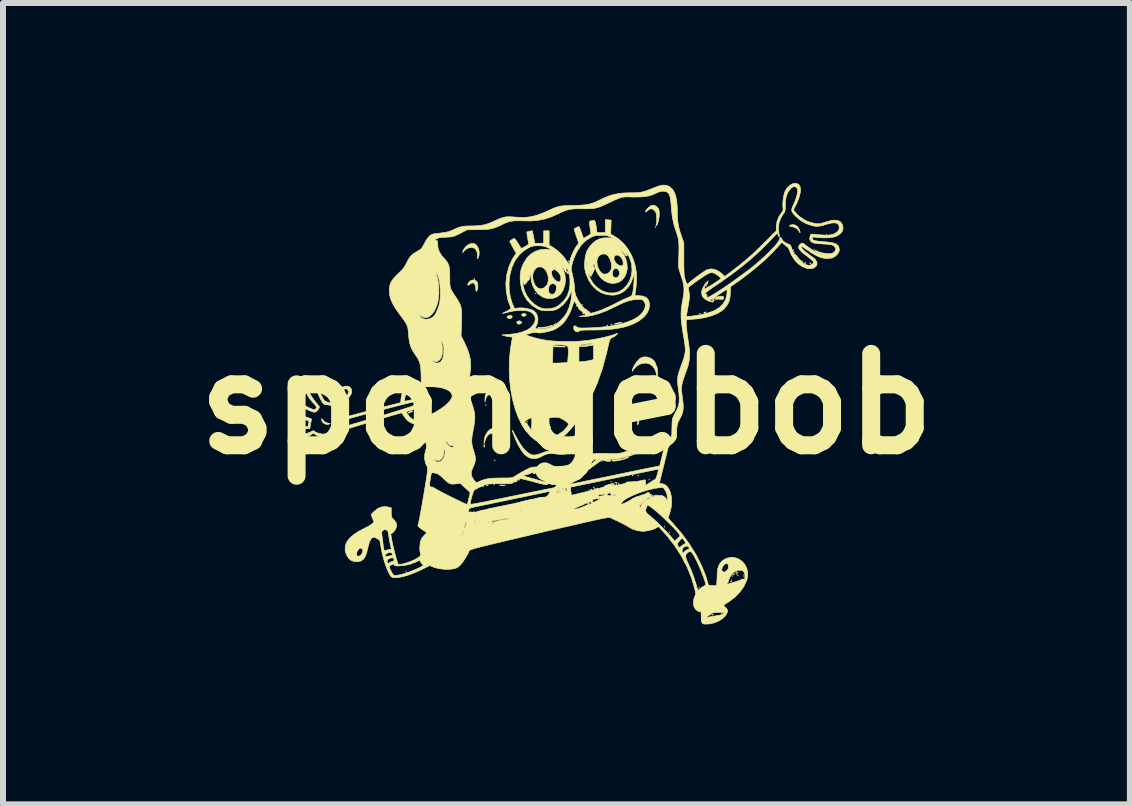
<source format=kicad_pcb>
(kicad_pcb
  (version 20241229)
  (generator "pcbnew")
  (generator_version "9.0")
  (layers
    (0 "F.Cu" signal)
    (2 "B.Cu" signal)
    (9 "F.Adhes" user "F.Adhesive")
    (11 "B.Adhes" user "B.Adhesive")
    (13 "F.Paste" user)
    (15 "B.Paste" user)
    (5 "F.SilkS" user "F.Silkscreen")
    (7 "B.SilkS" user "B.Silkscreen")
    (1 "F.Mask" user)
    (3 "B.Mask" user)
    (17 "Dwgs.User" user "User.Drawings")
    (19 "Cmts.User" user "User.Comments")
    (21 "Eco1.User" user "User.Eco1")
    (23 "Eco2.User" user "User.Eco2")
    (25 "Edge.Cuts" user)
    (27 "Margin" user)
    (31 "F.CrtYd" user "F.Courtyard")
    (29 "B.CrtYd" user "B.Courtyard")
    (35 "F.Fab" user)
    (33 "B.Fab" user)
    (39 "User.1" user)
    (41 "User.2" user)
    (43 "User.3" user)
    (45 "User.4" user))
  (footprint "spongebob"
    (layer "F.Cu")
    (at 6.394 3.684)
    (property "Reference" "spongebob" (at 0 0 0) (layer "F.SilkS") (effects (font (size 1.524 1.524) (thickness 0.3))))
    (attr through_hole)
    (fp_poly (pts (xy -2.667 2.8) (xy -2.673 2.806) (xy -2.679 2.8) (xy -2.673 2.794) (xy -2.667 2.8)) (stroke (width 0.01) (type solid)) (fill yes) (layer "F.SilkS"))
    (fp_poly (pts (xy -2.552 -0.11) (xy -2.557 -0.104) (xy -2.563 -0.11) (xy -2.557 -0.115) (xy -2.552 -0.11)) (stroke (width 0.01) (type solid)) (fill yes) (layer "F.SilkS"))
    (fp_poly (pts (xy -1.339 0.017) (xy -1.345 0.023) (xy -1.351 0.017) (xy -1.345 0.012) (xy -1.339 0.017)) (stroke (width 0.01) (type solid)) (fill yes) (layer "F.SilkS"))
    (fp_poly (pts (xy -1.201 1.345) (xy -1.206 1.351) (xy -1.212 1.345) (xy -1.206 1.339) (xy -1.201 1.345)) (stroke (width 0.01) (type solid)) (fill yes) (layer "F.SilkS"))
    (fp_poly (pts (xy -1.189 0.017) (xy -1.195 0.023) (xy -1.201 0.017) (xy -1.195 0.012) (xy -1.189 0.017)) (stroke (width 0.01) (type solid)) (fill yes) (layer "F.SilkS"))
    (fp_poly (pts (xy -1.189 0.941) (xy -1.195 0.947) (xy -1.201 0.941) (xy -1.195 0.935) (xy -1.189 0.941)) (stroke (width 0.01) (type solid)) (fill yes) (layer "F.SilkS"))
    (fp_poly (pts (xy -0.647 0.294) (xy -0.652 0.3) (xy -0.658 0.294) (xy -0.652 0.289) (xy -0.647 0.294)) (stroke (width 0.01) (type solid)) (fill yes) (layer "F.SilkS"))
    (fp_poly (pts (xy -0.508 -1.841) (xy -0.514 -1.836) (xy -0.52 -1.841) (xy -0.514 -1.847) (xy -0.508 -1.841)) (stroke (width 0.01) (type solid)) (fill yes) (layer "F.SilkS"))
    (fp_poly (pts (xy -0.173 -1.345) (xy -0.179 -1.339) (xy -0.185 -1.345) (xy -0.179 -1.351) (xy -0.173 -1.345)) (stroke (width 0.01) (type solid)) (fill yes) (layer "F.SilkS"))
    (fp_poly (pts (xy 0.381 1.437) (xy 0.375 1.443) (xy 0.369 1.437) (xy 0.375 1.432) (xy 0.381 1.437)) (stroke (width 0.01) (type solid)) (fill yes) (layer "F.SilkS"))
    (fp_poly (pts (xy 0.462 1.391) (xy 0.456 1.397) (xy 0.45 1.391) (xy 0.456 1.385) (xy 0.462 1.391)) (stroke (width 0.01) (type solid)) (fill yes) (layer "F.SilkS"))
    (fp_poly (pts (xy 0.6 0.953) (xy 0.595 0.958) (xy 0.589 0.953) (xy 0.595 0.947) (xy 0.6 0.953)) (stroke (width 0.01) (type solid)) (fill yes) (layer "F.SilkS"))
    (fp_poly (pts (xy 0.75 1.299) (xy 0.745 1.305) (xy 0.739 1.299) (xy 0.745 1.293) (xy 0.75 1.299)) (stroke (width 0.01) (type solid)) (fill yes) (layer "F.SilkS"))
    (fp_poly (pts (xy 0.82 1.31) (xy 0.814 1.316) (xy 0.808 1.31) (xy 0.814 1.305) (xy 0.82 1.31)) (stroke (width 0.01) (type solid)) (fill yes) (layer "F.SilkS"))
    (fp_poly (pts (xy 0.843 1.31) (xy 0.837 1.316) (xy 0.831 1.31) (xy 0.837 1.305) (xy 0.843 1.31)) (stroke (width 0.01) (type solid)) (fill yes) (layer "F.SilkS"))
    (fp_poly (pts (xy 0.877 1.322) (xy 0.872 1.328) (xy 0.866 1.322) (xy 0.872 1.316) (xy 0.877 1.322)) (stroke (width 0.01) (type solid)) (fill yes) (layer "F.SilkS"))
    (fp_poly (pts (xy 1.108 1.195) (xy 1.103 1.201) (xy 1.097 1.195) (xy 1.103 1.189) (xy 1.108 1.195)) (stroke (width 0.01) (type solid)) (fill yes) (layer "F.SilkS"))
    (fp_poly (pts (xy 1.201 1.195) (xy 1.195 1.201) (xy 1.189 1.195) (xy 1.195 1.189) (xy 1.201 1.195)) (stroke (width 0.01) (type solid)) (fill yes) (layer "F.SilkS"))
    (fp_poly (pts (xy 1.385 1.264) (xy 1.38 1.27) (xy 1.374 1.264) (xy 1.38 1.258) (xy 1.385 1.264)) (stroke (width 0.01) (type solid)) (fill yes) (layer "F.SilkS"))
    (fp_poly (pts (xy 1.489 -2.95) (xy 1.484 -2.944) (xy 1.478 -2.95) (xy 1.484 -2.956) (xy 1.489 -2.95)) (stroke (width 0.01) (type solid)) (fill yes) (layer "F.SilkS"))
    (fp_poly (pts (xy 1.501 -0.352) (xy 1.495 -0.346) (xy 1.489 -0.352) (xy 1.495 -0.358) (xy 1.501 -0.352)) (stroke (width 0.01) (type solid)) (fill yes) (layer "F.SilkS"))
    (fp_poly (pts (xy 1.639 2.049) (xy 1.634 2.055) (xy 1.628 2.049) (xy 1.634 2.044) (xy 1.639 2.049)) (stroke (width 0.01) (type solid)) (fill yes) (layer "F.SilkS"))
    (fp_poly (pts (xy 1.72 2.142) (xy 1.714 2.147) (xy 1.709 2.142) (xy 1.714 2.136) (xy 1.72 2.142)) (stroke (width 0.01) (type solid)) (fill yes) (layer "F.SilkS"))
    (fp_poly (pts (xy 2.217 3.065) (xy 2.211 3.071) (xy 2.205 3.065) (xy 2.211 3.06) (xy 2.217 3.065)) (stroke (width 0.01) (type solid)) (fill yes) (layer "F.SilkS"))
    (fp_poly (pts (xy 2.228 -1.507) (xy 2.223 -1.501) (xy 2.217 -1.507) (xy 2.223 -1.512) (xy 2.228 -1.507)) (stroke (width 0.01) (type solid)) (fill yes) (layer "F.SilkS"))
    (fp_poly (pts (xy 2.344 -1.968) (xy 2.338 -1.963) (xy 2.332 -1.968) (xy 2.338 -1.974) (xy 2.344 -1.968)) (stroke (width 0.01) (type solid)) (fill yes) (layer "F.SilkS"))
    (fp_poly (pts (xy 2.598 3.493) (xy 2.592 3.498) (xy 2.586 3.493) (xy 2.592 3.487) (xy 2.598 3.493)) (stroke (width 0.01) (type solid)) (fill yes) (layer "F.SilkS"))
    (fp_poly (pts (xy 2.748 2.961) (xy 2.742 2.967) (xy 2.736 2.961) (xy 2.742 2.956) (xy 2.748 2.961)) (stroke (width 0.01) (type solid)) (fill yes) (layer "F.SilkS"))
    (fp_poly (pts (xy 2.759 2.938) (xy 2.754 2.944) (xy 2.748 2.938) (xy 2.754 2.933) (xy 2.759 2.938)) (stroke (width 0.01) (type solid)) (fill yes) (layer "F.SilkS"))
    (fp_poly (pts (xy 2.771 2.869) (xy 2.765 2.875) (xy 2.759 2.869) (xy 2.765 2.863) (xy 2.771 2.869)) (stroke (width 0.01) (type solid)) (fill yes) (layer "F.SilkS"))
    (fp_poly (pts (xy 2.863 2.811) (xy 2.857 2.817) (xy 2.852 2.811) (xy 2.857 2.806) (xy 2.863 2.811)) (stroke (width 0.01) (type solid)) (fill yes) (layer "F.SilkS"))
    (fp_poly (pts (xy 2.863 2.857) (xy 2.857 2.863) (xy 2.852 2.857) (xy 2.857 2.852) (xy 2.863 2.857)) (stroke (width 0.01) (type solid)) (fill yes) (layer "F.SilkS"))
    (fp_poly (pts (xy 2.967 2.881) (xy 2.961 2.886) (xy 2.956 2.881) (xy 2.961 2.875) (xy 2.967 2.881)) (stroke (width 0.01) (type solid)) (fill yes) (layer "F.SilkS"))
    (fp_poly (pts (xy 4.133 -2.569) (xy 4.128 -2.563) (xy 4.122 -2.569) (xy 4.128 -2.575) (xy 4.133 -2.569)) (stroke (width 0.01) (type solid)) (fill yes) (layer "F.SilkS"))
    (fp_poly (pts (xy 4.341 -2.823) (xy 4.335 -2.817) (xy 4.33 -2.823) (xy 4.335 -2.829) (xy 4.341 -2.823)) (stroke (width 0.01) (type solid)) (fill yes) (layer "F.SilkS"))
    (fp_poly (pts (xy -1.528 -2.086) (xy -1.529 -2.079) (xy -1.536 -2.078) (xy -1.545 -2.082) (xy -1.543 -2.086) (xy -1.53 -2.087) (xy -1.528 -2.086)) (stroke (width 0.01) (type solid)) (fill yes) (layer "F.SilkS"))
    (fp_poly (pts (xy -1.308 1.355) (xy -1.311 1.361) (xy -1.323 1.361) (xy -1.335 1.359) (xy -1.33 1.354) (xy -1.312 1.353) (xy -1.308 1.355)) (stroke (width 0.01) (type solid)) (fill yes) (layer "F.SilkS"))
    (fp_poly (pts (xy -0.777 1.263) (xy -0.78 1.268) (xy -0.792 1.269) (xy -0.804 1.266) (xy -0.799 1.262) (xy -0.781 1.261) (xy -0.777 1.263)) (stroke (width 0.01) (type solid)) (fill yes) (layer "F.SilkS"))
    (fp_poly (pts (xy -0.269 1.158) (xy -0.268 1.172) (xy -0.269 1.174) (xy -0.276 1.172) (xy -0.277 1.166) (xy -0.273 1.157) (xy -0.269 1.158)) (stroke (width 0.01) (type solid)) (fill yes) (layer "F.SilkS"))
    (fp_poly (pts (xy -0.188 -1.323) (xy -0.191 -1.318) (xy -0.203 -1.317) (xy -0.215 -1.32) (xy -0.21 -1.324) (xy -0.192 -1.325) (xy -0.188 -1.323)) (stroke (width 0.01) (type solid)) (fill yes) (layer "F.SilkS"))
    (fp_poly (pts (xy 0.042 -2.386) (xy 0.044 -2.372) (xy 0.042 -2.371) (xy 0.035 -2.372) (xy 0.035 -2.378) (xy 0.039 -2.388) (xy 0.042 -2.386)) (stroke (width 0.01) (type solid)) (fill yes) (layer "F.SilkS"))
    (fp_poly (pts (xy 0.262 -1.659) (xy 0.263 -1.645) (xy 0.262 -1.643) (xy 0.255 -1.645) (xy 0.254 -1.651) (xy 0.258 -1.661) (xy 0.262 -1.659)) (stroke (width 0.01) (type solid)) (fill yes) (layer "F.SilkS"))
    (fp_poly (pts (xy 0.412 0.939) (xy 0.41 0.946) (xy 0.404 0.947) (xy 0.395 0.943) (xy 0.396 0.939) (xy 0.41 0.938) (xy 0.412 0.939)) (stroke (width 0.01) (type solid)) (fill yes) (layer "F.SilkS"))
    (fp_poly (pts (xy 0.423 1.424) (xy 0.422 1.431) (xy 0.416 1.432) (xy 0.406 1.427) (xy 0.408 1.424) (xy 0.422 1.423) (xy 0.423 1.424)) (stroke (width 0.01) (type solid)) (fill yes) (layer "F.SilkS"))
    (fp_poly (pts (xy 0.458 0.939) (xy 0.456 0.946) (xy 0.45 0.947) (xy 0.441 0.943) (xy 0.443 0.939) (xy 0.456 0.938) (xy 0.458 0.939)) (stroke (width 0.01) (type solid)) (fill yes) (layer "F.SilkS"))
    (fp_poly (pts (xy 0.481 1.412) (xy 0.479 1.419) (xy 0.473 1.42) (xy 0.464 1.416) (xy 0.466 1.412) (xy 0.479 1.411) (xy 0.481 1.412)) (stroke (width 0.01) (type solid)) (fill yes) (layer "F.SilkS"))
    (fp_poly (pts (xy 0.689 -1.312) (xy 0.687 -1.305) (xy 0.681 -1.305) (xy 0.672 -1.309) (xy 0.673 -1.312) (xy 0.687 -1.314) (xy 0.689 -1.312)) (stroke (width 0.01) (type solid)) (fill yes) (layer "F.SilkS"))
    (fp_poly (pts (xy 0.758 -1.324) (xy 0.757 -1.317) (xy 0.75 -1.316) (xy 0.741 -1.32) (xy 0.743 -1.324) (xy 0.756 -1.325) (xy 0.758 -1.324)) (stroke (width 0.01) (type solid)) (fill yes) (layer "F.SilkS"))
    (fp_poly (pts (xy 0.839 1.332) (xy 0.837 1.338) (xy 0.831 1.339) (xy 0.822 1.335) (xy 0.824 1.332) (xy 0.837 1.33) (xy 0.839 1.332)) (stroke (width 0.01) (type solid)) (fill yes) (layer "F.SilkS"))
    (fp_poly (pts (xy 2.444 3.514) (xy 2.442 3.521) (xy 2.436 3.521) (xy 2.427 3.517) (xy 2.428 3.514) (xy 2.442 3.512) (xy 2.444 3.514)) (stroke (width 0.01) (type solid)) (fill yes) (layer "F.SilkS"))
    (fp_poly (pts (xy 2.848 2.832) (xy 2.846 2.839) (xy 2.84 2.84) (xy 2.831 2.836) (xy 2.832 2.832) (xy 2.846 2.831) (xy 2.848 2.832)) (stroke (width 0.01) (type solid)) (fill yes) (layer "F.SilkS"))
    (fp_poly (pts (xy 2.963 2.844) (xy 2.965 2.858) (xy 2.963 2.859) (xy 2.956 2.858) (xy 2.956 2.852) (xy 2.96 2.842) (xy 2.963 2.844)) (stroke (width 0.01) (type solid)) (fill yes) (layer "F.SilkS"))
    (fp_poly (pts (xy 3.783 -2.571) (xy 3.784 -2.557) (xy 3.783 -2.555) (xy 3.776 -2.557) (xy 3.775 -2.563) (xy 3.78 -2.573) (xy 3.783 -2.571)) (stroke (width 0.01) (type solid)) (fill yes) (layer "F.SilkS"))
    (fp_poly (pts (xy 3.992 -2.351) (xy 3.988 -2.345) (xy 3.976 -2.345) (xy 3.964 -2.347) (xy 3.969 -2.352) (xy 3.988 -2.353) (xy 3.992 -2.351)) (stroke (width 0.01) (type solid)) (fill yes) (layer "F.SilkS"))
    (fp_poly (pts (xy 0.275 -1.519) (xy 0.288 -1.509) (xy 0.289 -1.506) (xy 0.283 -1.501) (xy 0.272 -1.512) (xy 0.27 -1.514) (xy 0.269 -1.522) (xy 0.275 -1.519)) (stroke (width 0.01) (type solid)) (fill yes) (layer "F.SilkS"))
    (fp_poly (pts (xy 2.8 2.831) (xy 2.797 2.839) (xy 2.786 2.845) (xy 2.772 2.849) (xy 2.778 2.84) (xy 2.779 2.839) (xy 2.795 2.83) (xy 2.8 2.831)) (stroke (width 0.01) (type solid)) (fill yes) (layer "F.SilkS"))
    (fp_poly (pts (xy 4.062 -2.351) (xy 4.075 -2.339) (xy 4.072 -2.332) (xy 4.07 -2.332) (xy 4.061 -2.34) (xy 4.057 -2.346) (xy 4.056 -2.353) (xy 4.062 -2.351)) (stroke (width 0.01) (type solid)) (fill yes) (layer "F.SilkS"))
    (fp_poly (pts (xy -1.371 0.679) (xy -1.364 0.699) (xy -1.365 0.712) (xy -1.369 0.722) (xy -1.374 0.71) (xy -1.376 0.701) (xy -1.378 0.679) (xy -1.372 0.679) (xy -1.371 0.679)) (stroke (width 0.01) (type solid)) (fill yes) (layer "F.SilkS"))
    (fp_poly (pts (xy 0.376 0.952) (xy 0.375 0.958) (xy 0.36 0.969) (xy 0.357 0.97) (xy 0.347 0.961) (xy 0.346 0.958) (xy 0.356 0.948) (xy 0.364 0.947) (xy 0.376 0.952)) (stroke (width 0.01) (type solid)) (fill yes) (layer "F.SilkS"))
    (fp_poly (pts (xy 1.605 0.751) (xy 1.595 0.761) (xy 1.587 0.762) (xy 1.572 0.76) (xy 1.57 0.757) (xy 1.579 0.75) (xy 1.587 0.746) (xy 1.602 0.746) (xy 1.605 0.751)) (stroke (width 0.01) (type solid)) (fill yes) (layer "F.SilkS"))
    (fp_poly (pts (xy 2.328 -1.53) (xy 2.321 -1.524) (xy 2.3 -1.514) (xy 2.292 -1.513) (xy 2.29 -1.518) (xy 2.298 -1.524) (xy 2.319 -1.534) (xy 2.326 -1.535) (xy 2.328 -1.53)) (stroke (width 0.01) (type solid)) (fill yes) (layer "F.SilkS"))
    (fp_poly (pts (xy 2.837 2.801) (xy 2.834 2.806) (xy 2.824 2.817) (xy 2.822 2.817) (xy 2.821 2.81) (xy 2.823 2.806) (xy 2.834 2.795) (xy 2.836 2.794) (xy 2.837 2.801)) (stroke (width 0.01) (type solid)) (fill yes) (layer "F.SilkS"))
    (fp_poly (pts (xy 0.013 -2.211) (xy 0.019 -2.201) (xy 0.031 -2.175) (xy 0.031 -2.165) (xy 0.019 -2.172) (xy 0.014 -2.177) (xy 0.002 -2.201) (xy 0.000463 -2.213) (xy 0.004 -2.222) (xy 0.013 -2.211)) (stroke (width 0.01) (type solid)) (fill yes) (layer "F.SilkS"))
    (fp_poly (pts (xy 0.352 -1.556) (xy 0.364 -1.547) (xy 0.383 -1.533) (xy 0.392 -1.527) (xy 0.388 -1.524) (xy 0.384 -1.524) (xy 0.368 -1.532) (xy 0.356 -1.544) (xy 0.347 -1.558) (xy 0.352 -1.556)) (stroke (width 0.01) (type solid)) (fill yes) (layer "F.SilkS"))
    (fp_poly (pts (xy -0.688 -1.504) (xy -0.673 -1.491) (xy -0.672 -1.488) (xy -0.678 -1.471) (xy -0.701 -1.462) (xy -0.731 -1.464) (xy -0.747 -1.476) (xy -0.748 -1.487) (xy -0.736 -1.502) (xy -0.712 -1.507) (xy -0.688 -1.504)) (stroke (width 0.01) (type solid)) (fill yes) (layer "F.SilkS"))
    (fp_poly (pts (xy 2.454 -1.744) (xy 2.456 -1.731) (xy 2.462 -1.728) (xy 2.467 -1.723) (xy 2.457 -1.721) (xy 2.437 -1.726) (xy 2.431 -1.731) (xy 2.434 -1.743) (xy 2.443 -1.748) (xy 2.455 -1.749) (xy 2.454 -1.744)) (stroke (width 0.01) (type solid)) (fill yes) (layer "F.SilkS"))
    (fp_poly (pts (xy -1.032 1.354) (xy -1.031 1.354) (xy -1.02 1.356) (xy -1.03 1.358) (xy -1.058 1.359) (xy -1.068 1.359) (xy -1.102 1.358) (xy -1.118 1.357) (xy -1.115 1.355) (xy -1.112 1.354) (xy -1.073 1.352) (xy -1.032 1.354)) (stroke (width 0.01) (type solid)) (fill yes) (layer "F.SilkS"))
    (fp_poly (pts (xy -0.922 -1.474) (xy -0.905 -1.463) (xy -0.907 -1.444) (xy -0.912 -1.438) (xy -0.927 -1.425) (xy -0.947 -1.423) (xy -0.973 -1.428) (xy -0.99 -1.44) (xy -0.989 -1.456) (xy -0.973 -1.47) (xy -0.954 -1.476) (xy -0.922 -1.474)) (stroke (width 0.01) (type solid)) (fill yes) (layer "F.SilkS"))
    (fp_poly (pts (xy -2.569 0.128) (xy -2.58 0.135) (xy -2.584 0.134) (xy -2.596 0.135) (xy -2.609 0.144) (xy -2.627 0.155) (xy -2.636 0.154) (xy -2.633 0.144) (xy -2.614 0.131) (xy -2.614 0.131) (xy -2.584 0.118) (xy -2.568 0.117) (xy -2.569 0.128)) (stroke (width 0.01) (type solid)) (fill yes) (layer "F.SilkS"))
    (fp_poly (pts (xy -0.76 -1.376) (xy -0.751 -1.369) (xy -0.745 -1.354) (xy -0.758 -1.342) (xy -0.76 -1.34) (xy -0.787 -1.329) (xy -0.807 -1.332) (xy -0.819 -1.338) (xy -0.829 -1.356) (xy -0.828 -1.367) (xy -0.811 -1.381) (xy -0.785 -1.385) (xy -0.76 -1.376)) (stroke (width 0.01) (type solid)) (fill yes) (layer "F.SilkS"))
    (fp_poly (pts (xy 0.92 -1.358) (xy 0.904 -1.352) (xy 0.877 -1.345) (xy 0.837 -1.335) (xy 0.809 -1.33) (xy 0.796 -1.33) (xy 0.8 -1.334) (xy 0.824 -1.342) (xy 0.837 -1.346) (xy 0.875 -1.355) (xy 0.907 -1.36) (xy 0.918 -1.361) (xy 0.92 -1.358)) (stroke (width 0.01) (type solid)) (fill yes) (layer "F.SilkS"))
    (fp_poly (pts (xy -4.075 0.249) (xy -4.065 0.264) (xy -4.041 0.291) (xy -4.004 0.312) (xy -3.965 0.324) (xy -3.958 0.324) (xy -3.94 0.325) (xy -3.943 0.33) (xy -3.954 0.335) (xy -3.972 0.342) (xy -3.987 0.343) (xy -4.007 0.339) (xy -4.025 0.334) (xy -4.06 0.313) (xy -4.076 0.288) (xy -4.084 0.261) (xy -4.083 0.247) (xy -4.075 0.249)) (stroke (width 0.01) (type solid)) (fill yes) (layer "F.SilkS"))
    (fp_poly (pts (xy 3.826 -2.977) (xy 3.862 -2.944) (xy 3.887 -2.895) (xy 3.888 -2.893) (xy 3.895 -2.863) (xy 3.894 -2.853) (xy 3.886 -2.862) (xy 3.878 -2.878) (xy 3.854 -2.91) (xy 3.816 -2.937) (xy 3.773 -2.953) (xy 3.754 -2.956) (xy 3.727 -2.959) (xy 3.718 -2.969) (xy 3.729 -2.98) (xy 3.736 -2.983) (xy 3.783 -2.99) (xy 3.826 -2.977)) (stroke (width 0.01) (type solid)) (fill yes) (layer "F.SilkS"))
    (fp_poly (pts (xy -0.233 -1.311) (xy -0.235 -1.302) (xy -0.256 -1.291) (xy -0.289 -1.282) (xy -0.33 -1.273) (xy -0.375 -1.266) (xy -0.417 -1.261) (xy -0.453 -1.261) (xy -0.477 -1.264) (xy -0.481 -1.266) (xy -0.477 -1.271) (xy -0.455 -1.275) (xy -0.418 -1.277) (xy -0.412 -1.277) (xy -0.358 -1.281) (xy -0.31 -1.289) (xy -0.284 -1.298) (xy -0.255 -1.308) (xy -0.236 -1.312) (xy -0.233 -1.311)) (stroke (width 0.01) (type solid)) (fill yes) (layer "F.SilkS"))
    (fp_poly (pts (xy 1.035 0.886) (xy 1.018 0.899) (xy 0.984 0.913) (xy 0.941 0.927) (xy 0.892 0.939) (xy 0.844 0.948) (xy 0.801 0.953) (xy 0.77 0.953) (xy 0.757 0.948) (xy 0.765 0.943) (xy 0.791 0.937) (xy 0.83 0.933) (xy 0.845 0.931) (xy 0.89 0.927) (xy 0.925 0.921) (xy 0.944 0.916) (xy 0.946 0.914) (xy 0.962 0.903) (xy 0.976 0.898) (xy 1.007 0.888) (xy 1.021 0.883) (xy 1.036 0.879) (xy 1.035 0.886)) (stroke (width 0.01) (type solid)) (fill yes) (layer "F.SilkS"))
    (fp_poly (pts (xy -1.533 -2.065) (xy -1.498 -2.046) (xy -1.485 -2.022) (xy -1.478 -1.985) (xy -1.478 -1.943) (xy -1.485 -1.906) (xy -1.494 -1.887) (xy -1.504 -1.876) (xy -1.509 -1.879) (xy -1.51 -1.901) (xy -1.511 -1.92) (xy -1.516 -1.97) (xy -1.531 -1.998) (xy -1.553 -2.017) (xy -1.576 -2.017) (xy -1.605 -2) (xy -1.61 -1.996) (xy -1.635 -1.98) (xy -1.647 -1.981) (xy -1.644 -1.999) (xy -1.639 -2.011) (xy -1.609 -2.047) (xy -1.572 -2.066) (xy -1.533 -2.065)) (stroke (width 0.01) (type solid)) (fill yes) (layer "F.SilkS"))
    (fp_poly (pts (xy -1.24 -0.211) (xy -1.213 -0.19) (xy -1.192 -0.154) (xy -1.18 -0.107) (xy -1.179 -0.054) (xy -1.181 -0.04) (xy -1.186 -0.006) (xy -1.187 -0.039) (xy -1.197 -0.079) (xy -1.218 -0.116) (xy -1.245 -0.144) (xy -1.265 -0.153) (xy -1.3 -0.15) (xy -1.329 -0.125) (xy -1.348 -0.081) (xy -1.351 -0.069) (xy -1.356 -0.042) (xy -1.359 -0.033) (xy -1.36 -0.044) (xy -1.359 -0.075) (xy -1.358 -0.089) (xy -1.355 -0.131) (xy -1.348 -0.158) (xy -1.334 -0.177) (xy -1.327 -0.183) (xy -1.297 -0.203) (xy -1.271 -0.213) (xy -1.24 -0.211)) (stroke (width 0.01) (type solid)) (fill yes) (layer "F.SilkS"))
    (fp_poly (pts (xy -1.517 -2.662) (xy -1.487 -2.629) (xy -1.465 -2.582) (xy -1.455 -2.529) (xy -1.458 -2.476) (xy -1.472 -2.436) (xy -1.483 -2.42) (xy -1.486 -2.42) (xy -1.485 -2.439) (xy -1.484 -2.457) (xy -1.485 -2.507) (xy -1.498 -2.552) (xy -1.52 -2.586) (xy -1.534 -2.597) (xy -1.578 -2.608) (xy -1.626 -2.603) (xy -1.672 -2.582) (xy -1.708 -2.549) (xy -1.712 -2.543) (xy -1.725 -2.525) (xy -1.731 -2.526) (xy -1.729 -2.542) (xy -1.717 -2.568) (xy -1.716 -2.572) (xy -1.682 -2.62) (xy -1.64 -2.654) (xy -1.594 -2.673) (xy -1.549 -2.675) (xy -1.517 -2.662)) (stroke (width 0.01) (type solid)) (fill yes) (layer "F.SilkS"))
    (fp_poly (pts (xy 1.092 0.103) (xy 1.107 0.105) (xy 1.147 0.115) (xy 1.175 0.136) (xy 1.194 0.173) (xy 1.202 0.199) (xy 1.207 0.233) (xy 1.207 0.271) (xy 1.204 0.308) (xy 1.197 0.335) (xy 1.187 0.346) (xy 1.187 0.346) (xy 1.18 0.338) (xy 1.182 0.328) (xy 1.184 0.3) (xy 1.178 0.261) (xy 1.165 0.22) (xy 1.148 0.187) (xy 1.14 0.176) (xy 1.107 0.153) (xy 1.074 0.151) (xy 1.043 0.169) (xy 1.019 0.203) (xy 1.005 0.248) (xy 0.996 0.306) (xy 0.995 0.242) (xy 0.996 0.2) (xy 1.005 0.169) (xy 1.025 0.138) (xy 1.025 0.138) (xy 1.046 0.113) (xy 1.065 0.103) (xy 1.092 0.103)) (stroke (width 0.01) (type solid)) (fill yes) (layer "F.SilkS"))
    (fp_poly (pts (xy -1.185 0.41) (xy -1.141 0.435) (xy -1.102 0.482) (xy -1.081 0.521) (xy -1.072 0.552) (xy -1.066 0.596) (xy -1.062 0.646) (xy -1.062 0.694) (xy -1.065 0.734) (xy -1.072 0.759) (xy -1.072 0.76) (xy -1.079 0.763) (xy -1.082 0.743) (xy -1.082 0.742) (xy -1.087 0.7) (xy -1.1 0.649) (xy -1.118 0.599) (xy -1.138 0.559) (xy -1.145 0.549) (xy -1.18 0.516) (xy -1.221 0.496) (xy -1.261 0.492) (xy -1.274 0.496) (xy -1.308 0.52) (xy -1.338 0.561) (xy -1.359 0.615) (xy -1.36 0.618) (xy -1.372 0.664) (xy -1.372 0.618) (xy -1.368 0.576) (xy -1.355 0.533) (xy -1.352 0.525) (xy -1.315 0.464) (xy -1.274 0.424) (xy -1.229 0.406) (xy -1.185 0.41)) (stroke (width 0.01) (type solid)) (fill yes) (layer "F.SilkS"))
    (fp_poly (pts (xy 1.39 -0.769) (xy 1.436 -0.742) (xy 1.471 -0.705) (xy 1.486 -0.67) (xy 1.495 -0.642) (xy 1.504 -0.626) (xy 1.512 -0.604) (xy 1.518 -0.567) (xy 1.521 -0.521) (xy 1.521 -0.476) (xy 1.518 -0.438) (xy 1.515 -0.427) (xy 1.509 -0.406) (xy 1.505 -0.402) (xy 1.504 -0.416) (xy 1.504 -0.451) (xy 1.495 -0.522) (xy 1.471 -0.584) (xy 1.433 -0.633) (xy 1.384 -0.666) (xy 1.327 -0.681) (xy 1.316 -0.681) (xy 1.243 -0.67) (xy 1.18 -0.639) (xy 1.129 -0.589) (xy 1.11 -0.56) (xy 1.099 -0.544) (xy 1.095 -0.545) (xy 1.097 -0.56) (xy 1.104 -0.583) (xy 1.115 -0.612) (xy 1.125 -0.632) (xy 1.169 -0.701) (xy 1.218 -0.751) (xy 1.238 -0.765) (xy 1.285 -0.783) (xy 1.337 -0.783) (xy 1.39 -0.769)) (stroke (width 0.01) (type solid)) (fill yes) (layer "F.SilkS"))
    (fp_poly (pts (xy 1.482 -3.304) (xy 1.514 -3.278) (xy 1.532 -3.256) (xy 1.542 -3.234) (xy 1.546 -3.204) (xy 1.547 -3.164) (xy 1.544 -3.114) (xy 1.536 -3.063) (xy 1.524 -3.018) (xy 1.51 -2.985) (xy 1.499 -2.972) (xy 1.492 -2.974) (xy 1.496 -2.992) (xy 1.501 -3.008) (xy 1.504 -3.023) (xy 1.505 -3.044) (xy 1.504 -3.076) (xy 1.504 -3.088) (xy 1.512 -3.088) (xy 1.518 -3.083) (xy 1.524 -3.088) (xy 1.518 -3.094) (xy 1.512 -3.088) (xy 1.504 -3.088) (xy 1.503 -3.119) (xy 1.499 -3.164) (xy 1.488 -3.196) (xy 1.471 -3.22) (xy 1.438 -3.248) (xy 1.405 -3.254) (xy 1.369 -3.237) (xy 1.352 -3.222) (xy 1.328 -3.203) (xy 1.317 -3.2) (xy 1.317 -3.21) (xy 1.328 -3.23) (xy 1.35 -3.257) (xy 1.361 -3.269) (xy 1.404 -3.303) (xy 1.444 -3.315) (xy 1.482 -3.304)) (stroke (width 0.01) (type solid)) (fill yes) (layer "F.SilkS"))
    (fp_poly (pts (xy 0.263 0.437) (xy 0.257 0.461) (xy 0.243 0.506) (xy 0.241 0.511) (xy 0.211 0.588) (xy 0.176 0.661) (xy 0.138 0.723) (xy 0.101 0.769) (xy 0.092 0.779) (xy 0.052 0.81) (xy 0.01 0.829) (xy -0.038 0.839) (xy -0.098 0.839) (xy -0.161 0.834) (xy -0.234 0.827) (xy -0.292 0.829) (xy -0.342 0.84) (xy -0.39 0.861) (xy -0.424 0.881) (xy -0.479 0.904) (xy -0.54 0.912) (xy -0.599 0.905) (xy -0.629 0.893) (xy -0.674 0.863) (xy -0.715 0.823) (xy -0.756 0.767) (xy -0.781 0.727) (xy -0.814 0.666) (xy -0.847 0.596) (xy -0.876 0.525) (xy -0.899 0.461) (xy -0.905 0.439) (xy -0.904 0.437) (xy -0.893 0.452) (xy -0.875 0.483) (xy -0.852 0.525) (xy -0.852 0.525) (xy -0.807 0.607) (xy -0.768 0.671) (xy -0.732 0.722) (xy -0.696 0.764) (xy -0.67 0.789) (xy -0.624 0.826) (xy -0.583 0.847) (xy -0.539 0.853) (xy -0.488 0.846) (xy -0.424 0.825) (xy -0.409 0.819) (xy -0.368 0.803) (xy -0.336 0.793) (xy -0.306 0.788) (xy -0.27 0.787) (xy -0.222 0.789) (xy -0.197 0.791) (xy -0.136 0.794) (xy -0.09 0.793) (xy -0.056 0.789) (xy -0.025 0.78) (xy -0.023 0.78) (xy 0.038 0.747) (xy 0.098 0.692) (xy 0.158 0.614) (xy 0.217 0.514) (xy 0.229 0.491) (xy 0.249 0.452) (xy 0.261 0.434) (xy 0.263 0.437)) (stroke (width 0.01) (type solid)) (fill yes) (layer "F.SilkS"))
    (fp_poly (pts (xy 0.745 -3.065) (xy 0.741 -2.948) (xy 0.737 -2.83) (xy 0.782 -2.807) (xy 0.867 -2.752) (xy 0.948 -2.679) (xy 1.019 -2.592) (xy 1.076 -2.495) (xy 1.087 -2.473) (xy 1.124 -2.379) (xy 1.15 -2.287) (xy 1.165 -2.193) (xy 1.169 -2.092) (xy 1.163 -1.978) (xy 1.148 -1.859) (xy 1.141 -1.807) (xy 1.209 -1.805) (xy 1.279 -1.797) (xy 1.331 -1.774) (xy 1.365 -1.736) (xy 1.383 -1.682) (xy 1.385 -1.645) (xy 1.374 -1.577) (xy 1.342 -1.511) (xy 1.289 -1.448) (xy 1.219 -1.391) (xy 1.138 -1.345) (xy 1.049 -1.308) (xy 0.953 -1.279) (xy 0.847 -1.258) (xy 0.728 -1.243) (xy 0.593 -1.235) (xy 0.448 -1.232) (xy 0.367 -1.232) (xy 0.306 -1.231) (xy 0.263 -1.229) (xy 0.235 -1.226) (xy 0.22 -1.221) (xy 0.215 -1.216) (xy 0.199 -1.202) (xy 0.174 -1.202) (xy 0.148 -1.213) (xy 0.132 -1.229) (xy 0.127 -1.241) (xy 0.185 -1.241) (xy 0.191 -1.235) (xy 0.196 -1.241) (xy 0.191 -1.247) (xy 0.185 -1.241) (xy 0.127 -1.241) (xy 0.12 -1.259) (xy 0.12 -1.284) (xy 0.13 -1.3) (xy 0.148 -1.301) (xy 0.163 -1.291) (xy 0.177 -1.28) (xy 0.193 -1.273) (xy 0.215 -1.268) (xy 0.249 -1.266) (xy 0.298 -1.266) (xy 0.358 -1.267) (xy 0.535 -1.275) (xy 0.699 -1.293) (xy 0.848 -1.32) (xy 0.981 -1.355) (xy 1.094 -1.398) (xy 1.124 -1.413) (xy 1.192 -1.454) (xy 1.247 -1.501) (xy 1.286 -1.552) (xy 1.31 -1.602) (xy 1.316 -1.651) (xy 1.303 -1.694) (xy 1.286 -1.717) (xy 1.27 -1.731) (xy 1.254 -1.74) (xy 1.231 -1.743) (xy 1.196 -1.742) (xy 1.162 -1.74) (xy 1.11 -1.735) (xy 1.058 -1.724) (xy 1.002 -1.707) (xy 0.939 -1.682) (xy 0.863 -1.647) (xy 0.774 -1.603) (xy 0.664 -1.552) (xy 0.554 -1.51) (xy 0.448 -1.48) (xy 0.352 -1.461) (xy 0.271 -1.456) (xy 0.214 -1.457) (xy 0.269 -1.471) (xy 0.325 -1.484) (xy 0.281 -1.524) (xy 0.254 -1.546) (xy 0.234 -1.56) (xy 0.228 -1.562) (xy 0.222 -1.567) (xy 0.222 -1.573) (xy 0.217 -1.584) (xy 0.211 -1.585) (xy 0.198 -1.587) (xy 0.198 -1.59) (xy 0.198 -1.614) (xy 0.19 -1.624) (xy 0.186 -1.623) (xy 0.174 -1.626) (xy 0.169 -1.634) (xy 0.168 -1.646) (xy 0.176 -1.644) (xy 0.18 -1.646) (xy 0.169 -1.66) (xy 0.166 -1.664) (xy 0.147 -1.688) (xy 0.136 -1.708) (xy 0.133 -1.713) (xy 0.127 -1.708) (xy 0.119 -1.688) (xy 0.106 -1.652) (xy 0.088 -1.597) (xy 0.087 -1.593) (xy 0.068 -1.543) (xy 0.039 -1.485) (xy 0.005 -1.427) (xy -0.028 -1.377) (xy -0.049 -1.351) (xy -0.1 -1.304) (xy -0.164 -1.26) (xy -0.202 -1.239) (xy -0.231 -1.228) (xy -0.271 -1.216) (xy -0.318 -1.204) (xy -0.366 -1.195) (xy -0.411 -1.187) (xy -0.446 -1.183) (xy -0.467 -1.183) (xy -0.47 -1.186) (xy -0.483 -1.192) (xy -0.511 -1.194) (xy -0.547 -1.191) (xy -0.582 -1.184) (xy -0.606 -1.176) (xy -0.637 -1.165) (xy -0.662 -1.163) (xy -0.662 -1.163) (xy -0.677 -1.163) (xy -0.676 -1.156) (xy -0.66 -1.145) (xy -0.624 -1.131) (xy -0.573 -1.115) (xy -0.509 -1.097) (xy -0.436 -1.079) (xy -0.406 -1.073) (xy -0.319 -1.058) (xy -0.216 -1.048) (xy -0.101 -1.042) (xy 0.02 -1.04) (xy 0.141 -1.042) (xy 0.256 -1.049) (xy 0.36 -1.061) (xy 0.364 -1.061) (xy 0.458 -1.076) (xy 0.551 -1.094) (xy 0.638 -1.113) (xy 0.715 -1.132) (xy 0.777 -1.15) (xy 0.806 -1.161) (xy 0.838 -1.174) (xy 0.851 -1.176) (xy 0.847 -1.166) (xy 0.831 -1.149) (xy 0.8 -1.124) (xy 0.766 -1.106) (xy 0.752 -1.101) (xy 0.741 -1.096) (xy 0.733 -1.087) (xy 0.725 -1.072) (xy 0.716 -1.047) (xy 0.706 -1.01) (xy 0.694 -0.958) (xy 0.678 -0.888) (xy 0.669 -0.849) (xy 0.6 -0.591) (xy 0.512 -0.342) (xy 0.405 -0.103) (xy 0.282 0.123) (xy 0.173 0.292) (xy 0.118 0.364) (xy 0.057 0.436) (xy -0.006 0.502) (xy -0.068 0.559) (xy -0.125 0.603) (xy -0.165 0.628) (xy -0.237 0.654) (xy -0.314 0.666) (xy -0.388 0.662) (xy -0.423 0.654) (xy -0.471 0.634) (xy -0.519 0.603) (xy -0.559 0.572) (xy -0.439 0.572) (xy -0.433 0.577) (xy -0.427 0.572) (xy -0.433 0.566) (xy -0.439 0.572) (xy -0.559 0.572) (xy -0.574 0.56) (xy -0.604 0.532) (xy -0.68 0.447) (xy -0.747 0.342) (xy -0.771 0.293) (xy -0.701 0.293) (xy -0.698 0.303) (xy -0.684 0.316) (xy -0.674 0.316) (xy -0.66 0.318) (xy -0.658 0.327) (xy -0.651 0.344) (xy -0.633 0.373) (xy -0.607 0.406) (xy -0.607 0.407) (xy -0.582 0.44) (xy -0.567 0.465) (xy -0.563 0.479) (xy -0.563 0.48) (xy -0.563 0.483) (xy -0.557 0.48) (xy -0.539 0.481) (xy -0.513 0.495) (xy -0.505 0.5) (xy -0.434 0.545) (xy -0.366 0.569) (xy -0.299 0.572) (xy -0.228 0.554) (xy -0.156 0.519) (xy -0.115 0.494) (xy -0.079 0.471) (xy -0.055 0.455) (xy -0.052 0.452) (xy -0.03 0.43) (xy -0.005 0.4) (xy 0.017 0.37) (xy 0.032 0.345) (xy 0.035 0.336) (xy 0.025 0.32) (xy 0.001 0.299) (xy -0.033 0.274) (xy -0.07 0.252) (xy -0.105 0.235) (xy -0.12 0.23) (xy -0.161 0.223) (xy -0.209 0.222) (xy -0.255 0.227) (xy -0.291 0.236) (xy -0.308 0.246) (xy -0.316 0.258) (xy -0.315 0.275) (xy -0.304 0.304) (xy -0.295 0.324) (xy -0.277 0.365) (xy -0.268 0.393) (xy -0.267 0.406) (xy -0.275 0.402) (xy -0.291 0.379) (xy -0.294 0.375) (xy -0.34 0.318) (xy -0.403 0.272) (xy -0.479 0.238) (xy -0.506 0.231) (xy -0.546 0.228) (xy -0.591 0.235) (xy -0.634 0.25) (xy -0.666 0.269) (xy -0.673 0.277) (xy -0.688 0.292) (xy -0.697 0.292) (xy -0.701 0.293) (xy -0.771 0.293) (xy -0.806 0.221) (xy -0.856 0.085) (xy -0.896 -0.062) (xy -0.927 -0.219) (xy -0.946 -0.383) (xy -0.955 -0.551) (xy -0.953 -0.681) (xy -0.232 -0.681) (xy -0.158 -0.681) (xy -0.108 -0.682) (xy -0.059 -0.685) (xy -0.032 -0.688) (xy 0.02 -0.695) (xy 0.028 -0.802) (xy 0.032 -0.871) (xy 0.03 -0.919) (xy 0.023 -0.951) (xy 0.021 -0.955) (xy 0.208 -0.955) (xy 0.208 -0.701) (xy 0.286 -0.708) (xy 0.334 -0.714) (xy 0.379 -0.722) (xy 0.407 -0.728) (xy 0.45 -0.74) (xy 0.45 -0.981) (xy 0.407 -0.975) (xy 0.374 -0.969) (xy 0.349 -0.964) (xy 0.346 -0.964) (xy 0.325 -0.96) (xy 0.291 -0.958) (xy 0.268 -0.957) (xy 0.208 -0.955) (xy 0.021 -0.955) (xy 0.011 -0.969) (xy 0.002 -0.972) (xy 0.224 -0.972) (xy 0.237 -0.97) (xy 0.268 -0.974) (xy 0.312 -0.981) (xy 0.354 -0.988) (xy 0.392 -0.994) (xy 0.407 -0.995) (xy 0.43 -1) (xy 0.439 -1.008) (xy 0.43 -1.014) (xy 0.422 -1.012) (xy 0.403 -1.008) (xy 0.367 -1.003) (xy 0.324 -0.998) (xy 0.318 -0.998) (xy 0.275 -0.993) (xy 0.242 -0.987) (xy 0.225 -0.981) (xy 0.224 -0.98) (xy 0.224 -0.972) (xy 0.002 -0.972) (xy -0.004 -0.975) (xy -0.039 -0.98) (xy -0.082 -0.984) (xy -0.127 -0.986) (xy -0.168 -0.987) (xy -0.201 -0.986) (xy -0.218 -0.983) (xy -0.219 -0.981) (xy -0.209 -0.974) (xy -0.183 -0.97) (xy -0.165 -0.969) (xy -0.119 -0.966) (xy -0.068 -0.961) (xy -0.046 -0.958) (xy -0.022 -0.954) (xy -0.014 -0.952) (xy -0.025 -0.95) (xy -0.057 -0.95) (xy -0.104 -0.951) (xy -0.225 -0.953) (xy -0.232 -0.681) (xy -0.953 -0.681) (xy -0.952 -0.721) (xy -0.938 -0.89) (xy -0.911 -1.056) (xy -0.906 -1.08) (xy -0.903 -1.105) (xy -0.911 -1.115) (xy -0.936 -1.118) (xy -0.937 -1.118) (xy -0.973 -1.122) (xy -1.015 -1.131) (xy -1.028 -1.135) (xy -1.079 -1.15) (xy -0.967 -1.158) (xy -0.85 -1.172) (xy -0.749 -1.195) (xy -0.745 -1.197) (xy -0.458 -1.197) (xy -0.456 -1.19) (xy -0.45 -1.189) (xy -0.441 -1.193) (xy -0.443 -1.197) (xy -0.456 -1.198) (xy -0.458 -1.197) (xy -0.745 -1.197) (xy -0.715 -1.208) (xy -0.527 -1.208) (xy -0.526 -1.202) (xy -0.52 -1.201) (xy -0.51 -1.205) (xy -0.512 -1.208) (xy -0.526 -1.21) (xy -0.527 -1.208) (xy -0.715 -1.208) (xy -0.699 -1.215) (xy -0.572 -1.215) (xy -0.561 -1.213) (xy -0.546 -1.215) (xy -0.546 -1.219) (xy -0.561 -1.222) (xy -0.568 -1.22) (xy -0.572 -1.215) (xy -0.699 -1.215) (xy -0.664 -1.228) (xy -0.599 -1.27) (xy -0.552 -1.321) (xy -0.525 -1.378) (xy -0.52 -1.424) (xy -0.53 -1.466) (xy -0.559 -1.504) (xy -0.601 -1.534) (xy -0.633 -1.547) (xy -0.687 -1.556) (xy -0.755 -1.558) (xy -0.829 -1.555) (xy -0.902 -1.546) (xy -0.948 -1.536) (xy -1.007 -1.521) (xy -1.045 -1.511) (xy -1.063 -1.509) (xy -1.062 -1.513) (xy -1.044 -1.523) (xy -1.009 -1.541) (xy -1.006 -1.542) (xy -0.964 -1.564) (xy -0.939 -1.58) (xy -0.929 -1.592) (xy -0.93 -1.603) (xy -0.978 -1.738) (xy -1.004 -1.876) (xy -1.011 -2.014) (xy -1.009 -2.027) (xy -0.957 -2.027) (xy -0.955 -1.904) (xy -0.937 -1.784) (xy -0.903 -1.674) (xy -0.896 -1.658) (xy -0.867 -1.593) (xy -0.794 -1.6) (xy -0.734 -1.601) (xy -0.668 -1.593) (xy -0.606 -1.578) (xy -0.556 -1.558) (xy -0.545 -1.552) (xy -0.505 -1.513) (xy -0.482 -1.461) (xy -0.475 -1.402) (xy -0.486 -1.34) (xy -0.496 -1.313) (xy -0.512 -1.282) (xy -0.517 -1.266) (xy -0.513 -1.259) (xy -0.499 -1.255) (xy -0.494 -1.254) (xy -0.436 -1.249) (xy -0.368 -1.253) (xy -0.3 -1.265) (xy -0.241 -1.285) (xy -0.238 -1.286) (xy -0.186 -1.318) (xy -0.128 -1.364) (xy -0.072 -1.419) (xy -0.024 -1.475) (xy 0.004 -1.518) (xy 0.045 -1.611) (xy 0.074 -1.717) (xy 0.087 -1.824) (xy 0.089 -1.87) (xy 0.088 -1.893) (xy 0.085 -1.894) (xy 0.082 -1.885) (xy 0.051 -1.803) (xy 0.004 -1.725) (xy -0.054 -1.656) (xy -0.12 -1.602) (xy -0.156 -1.581) (xy -0.189 -1.567) (xy -0.222 -1.558) (xy -0.262 -1.554) (xy -0.318 -1.553) (xy -0.37 -1.554) (xy -0.408 -1.558) (xy -0.44 -1.566) (xy -0.473 -1.58) (xy -0.492 -1.59) (xy -0.58 -1.648) (xy -0.653 -1.723) (xy -0.709 -1.813) (xy -0.748 -1.915) (xy -0.769 -2.029) (xy -0.769 -2.031) (xy -0.735 -2.031) (xy -0.734 -2.028) (xy -0.728 -2.003) (xy -0.721 -1.968) (xy -0.72 -1.959) (xy -0.696 -1.875) (xy -0.655 -1.794) (xy -0.598 -1.721) (xy -0.531 -1.659) (xy -0.456 -1.613) (xy -0.398 -1.592) (xy -0.34 -1.585) (xy -0.273 -1.589) (xy -0.208 -1.603) (xy -0.167 -1.619) (xy -0.103 -1.663) (xy -0.043 -1.722) (xy 0.005 -1.791) (xy 0.018 -1.817) (xy 0.044 -1.896) (xy 0.058 -1.985) (xy 0.058 -2.077) (xy 0.045 -2.164) (xy 0.024 -2.23) (xy 0.014 -2.252) (xy 0.081 -2.252) (xy 0.084 -2.227) (xy 0.092 -2.187) (xy 0.102 -2.141) (xy 0.104 -2.136) (xy 0.115 -2.082) (xy 0.126 -2.018) (xy 0.133 -1.954) (xy 0.134 -1.94) (xy 0.138 -1.884) (xy 0.145 -1.843) (xy 0.156 -1.807) (xy 0.175 -1.767) (xy 0.187 -1.743) (xy 0.217 -1.692) (xy 0.248 -1.647) (xy 0.278 -1.61) (xy 0.305 -1.586) (xy 0.324 -1.577) (xy 0.328 -1.578) (xy 0.334 -1.579) (xy 0.332 -1.576) (xy 0.331 -1.561) (xy 0.346 -1.542) (xy 0.369 -1.525) (xy 0.394 -1.514) (xy 0.403 -1.513) (xy 0.426 -1.516) (xy 0.465 -1.526) (xy 0.513 -1.541) (xy 0.546 -1.552) (xy 0.601 -1.573) (xy 0.667 -1.602) (xy 0.737 -1.635) (xy 0.803 -1.668) (xy 0.804 -1.668) (xy 0.864 -1.699) (xy 0.923 -1.728) (xy 0.976 -1.753) (xy 1.016 -1.77) (xy 1.02 -1.772) (xy 1.058 -1.787) (xy 1.081 -1.8) (xy 1.093 -1.817) (xy 1.102 -1.844) (xy 1.105 -1.86) (xy 1.112 -1.899) (xy 1.118 -1.952) (xy 1.123 -2.011) (xy 1.126 -2.049) (xy 1.128 -2.104) (xy 1.129 -2.138) (xy 1.128 -2.153) (xy 1.125 -2.151) (xy 1.12 -2.136) (xy 1.115 -2.122) (xy 1.077 -2.023) (xy 1.027 -1.943) (xy 0.965 -1.881) (xy 0.892 -1.838) (xy 0.809 -1.816) (xy 0.76 -1.813) (xy 0.664 -1.824) (xy 0.576 -1.855) (xy 0.496 -1.907) (xy 0.427 -1.977) (xy 0.37 -2.064) (xy 0.327 -2.167) (xy 0.326 -2.169) (xy 0.322 -2.184) (xy 0.358 -2.184) (xy 0.363 -2.163) (xy 0.375 -2.138) (xy 0.391 -2.105) (xy 0.409 -2.069) (xy 0.41 -2.067) (xy 0.449 -2.003) (xy 0.507 -1.945) (xy 0.576 -1.897) (xy 0.619 -1.876) (xy 0.705 -1.851) (xy 0.789 -1.85) (xy 0.871 -1.87) (xy 0.88 -1.874) (xy 0.949 -1.917) (xy 1.007 -1.977) (xy 1.051 -2.051) (xy 1.08 -2.134) (xy 1.092 -2.223) (xy 1.087 -2.316) (xy 1.081 -2.345) (xy 1.068 -2.391) (xy 1.051 -2.436) (xy 1.033 -2.475) (xy 1.015 -2.503) (xy 1 -2.517) (xy 0.992 -2.515) (xy 0.99 -2.5) (xy 0.999 -2.496) (xy 1.015 -2.485) (xy 1.01 -2.469) (xy 1.004 -2.465) (xy 0.992 -2.469) (xy 0.975 -2.489) (xy 0.969 -2.499) (xy 0.947 -2.529) (xy 0.924 -2.551) (xy 0.919 -2.554) (xy 0.908 -2.558) (xy 0.912 -2.549) (xy 0.931 -2.525) (xy 0.932 -2.525) (xy 0.966 -2.472) (xy 0.993 -2.406) (xy 1.009 -2.334) (xy 1.014 -2.263) (xy 1.013 -2.25) (xy 0.997 -2.177) (xy 0.966 -2.112) (xy 0.922 -2.061) (xy 0.867 -2.026) (xy 0.856 -2.022) (xy 0.781 -2.008) (xy 0.707 -2.017) (xy 0.637 -2.049) (xy 0.587 -2.087) (xy 0.554 -2.124) (xy 0.531 -2.158) (xy 0.767 -2.158) (xy 0.779 -2.126) (xy 0.801 -2.107) (xy 0.827 -2.102) (xy 0.853 -2.113) (xy 0.874 -2.141) (xy 0.885 -2.172) (xy 0.884 -2.197) (xy 0.878 -2.216) (xy 0.856 -2.247) (xy 0.828 -2.26) (xy 0.8 -2.253) (xy 0.778 -2.229) (xy 0.767 -2.199) (xy 0.767 -2.158) (xy 0.531 -2.158) (xy 0.522 -2.171) (xy 0.496 -2.222) (xy 0.478 -2.269) (xy 0.473 -2.3) (xy 0.47 -2.323) (xy 0.462 -2.332) (xy 0.451 -2.323) (xy 0.45 -2.316) (xy 0.445 -2.298) (xy 0.442 -2.295) (xy 0.442 -2.292) (xy 0.446 -2.293) (xy 0.459 -2.286) (xy 0.465 -2.266) (xy 0.463 -2.239) (xy 0.455 -2.214) (xy 0.438 -2.183) (xy 0.426 -2.156) (xy 0.413 -2.131) (xy 0.4 -2.128) (xy 0.385 -2.146) (xy 0.377 -2.162) (xy 0.365 -2.182) (xy 0.359 -2.186) (xy 0.358 -2.184) (xy 0.322 -2.184) (xy 0.318 -2.199) (xy 0.381 -2.199) (xy 0.387 -2.194) (xy 0.393 -2.199) (xy 0.416 -2.199) (xy 0.421 -2.194) (xy 0.427 -2.199) (xy 0.421 -2.205) (xy 0.416 -2.199) (xy 0.393 -2.199) (xy 0.387 -2.205) (xy 0.381 -2.199) (xy 0.318 -2.199) (xy 0.312 -2.22) (xy 0.309 -2.235) (xy 0.347 -2.235) (xy 0.349 -2.22) (xy 0.353 -2.22) (xy 0.356 -2.235) (xy 0.354 -2.242) (xy 0.349 -2.246) (xy 0.347 -2.235) (xy 0.309 -2.235) (xy 0.304 -2.263) (xy 0.302 -2.309) (xy 0.302 -2.332) (xy 0.338 -2.332) (xy 0.339 -2.304) (xy 0.341 -2.293) (xy 0.343 -2.3) (xy 0.345 -2.338) (xy 0.343 -2.364) (xy 0.341 -2.371) (xy 0.339 -2.358) (xy 0.338 -2.332) (xy 0.302 -2.332) (xy 0.303 -2.361) (xy 0.305 -2.381) (xy 0.507 -2.381) (xy 0.511 -2.325) (xy 0.529 -2.265) (xy 0.558 -2.213) (xy 0.593 -2.176) (xy 0.634 -2.162) (xy 0.679 -2.17) (xy 0.692 -2.176) (xy 0.726 -2.206) (xy 0.746 -2.25) (xy 0.753 -2.304) (xy 0.745 -2.362) (xy 0.722 -2.421) (xy 0.722 -2.421) (xy 0.791 -2.421) (xy 0.801 -2.386) (xy 0.824 -2.352) (xy 0.858 -2.321) (xy 0.858 -2.321) (xy 0.896 -2.303) (xy 0.925 -2.303) (xy 0.942 -2.32) (xy 0.945 -2.33) (xy 0.943 -2.376) (xy 0.926 -2.419) (xy 0.899 -2.455) (xy 0.865 -2.478) (xy 0.842 -2.482) (xy 0.811 -2.474) (xy 0.795 -2.452) (xy 0.791 -2.421) (xy 0.722 -2.421) (xy 0.721 -2.423) (xy 0.689 -2.47) (xy 0.654 -2.496) (xy 0.613 -2.501) (xy 0.584 -2.494) (xy 0.544 -2.47) (xy 0.518 -2.431) (xy 0.507 -2.381) (xy 0.305 -2.381) (xy 0.31 -2.431) (xy 0.463 -2.431) (xy 0.465 -2.416) (xy 0.469 -2.416) (xy 0.472 -2.432) (xy 0.47 -2.438) (xy 0.465 -2.443) (xy 0.463 -2.431) (xy 0.31 -2.431) (xy 0.313 -2.453) (xy 0.333 -2.53) (xy 0.359 -2.58) (xy 0.958 -2.58) (xy 0.964 -2.575) (xy 0.97 -2.58) (xy 0.964 -2.586) (xy 0.958 -2.58) (xy 0.359 -2.58) (xy 0.367 -2.596) (xy 0.373 -2.603) (xy 0.935 -2.603) (xy 0.941 -2.598) (xy 0.947 -2.603) (xy 0.941 -2.609) (xy 0.935 -2.603) (xy 0.373 -2.603) (xy 0.415 -2.656) (xy 0.426 -2.668) (xy 0.487 -2.72) (xy 0.549 -2.752) (xy 0.619 -2.768) (xy 0.696 -2.769) (xy 0.778 -2.764) (xy 0.727 -2.788) (xy 0.689 -2.801) (xy 0.644 -2.809) (xy 0.585 -2.811) (xy 0.577 -2.811) (xy 0.525 -2.81) (xy 0.487 -2.806) (xy 0.453 -2.796) (xy 0.414 -2.779) (xy 0.402 -2.774) (xy 0.318 -2.719) (xy 0.244 -2.645) (xy 0.181 -2.549) (xy 0.162 -2.513) (xy 0.131 -2.443) (xy 0.106 -2.374) (xy 0.089 -2.31) (xy 0.081 -2.26) (xy 0.081 -2.252) (xy 0.014 -2.252) (xy 0.002 -2.279) (xy -0.006 -2.236) (xy -0.014 -2.193) (xy -0.037 -2.237) (xy -0.056 -2.27) (xy -0.07 -2.29) (xy -0.077 -2.296) (xy -0.075 -2.285) (xy -0.062 -2.256) (xy -0.062 -2.255) (xy -0.027 -2.162) (xy -0.016 -2.07) (xy -0.026 -1.982) (xy -0.055 -1.898) (xy -0.096 -1.833) (xy -0.149 -1.789) (xy -0.214 -1.763) (xy -0.255 -1.757) (xy -0.332 -1.76) (xy -0.401 -1.784) (xy -0.465 -1.828) (xy -0.477 -1.839) (xy -0.526 -1.9) (xy -0.564 -1.975) (xy -0.587 -2.057) (xy -0.592 -2.115) (xy -0.564 -2.115) (xy -0.555 -2.058) (xy -0.548 -2.035) (xy -0.524 -1.981) (xy -0.491 -1.942) (xy -0.451 -1.921) (xy -0.409 -1.92) (xy -0.404 -1.922) (xy -0.3 -1.922) (xy -0.299 -1.881) (xy -0.286 -1.849) (xy -0.262 -1.83) (xy -0.23 -1.828) (xy -0.207 -1.836) (xy -0.19 -1.856) (xy -0.175 -1.889) (xy -0.166 -1.927) (xy -0.166 -1.959) (xy -0.168 -1.963) (xy -0.187 -1.991) (xy -0.216 -2.005) (xy -0.248 -2.002) (xy -0.276 -1.985) (xy -0.287 -1.968) (xy -0.3 -1.922) (xy -0.404 -1.922) (xy -0.367 -1.939) (xy -0.365 -1.941) (xy -0.324 -1.986) (xy -0.304 -2.043) (xy -0.303 -2.11) (xy -0.319 -2.174) (xy -0.319 -2.175) (xy -0.249 -2.175) (xy -0.239 -2.137) (xy -0.218 -2.098) (xy -0.19 -2.068) (xy -0.161 -2.044) (xy -0.142 -2.034) (xy -0.124 -2.035) (xy -0.111 -2.039) (xy -0.098 -2.055) (xy -0.093 -2.085) (xy -0.095 -2.12) (xy -0.105 -2.151) (xy -0.13 -2.188) (xy -0.16 -2.218) (xy -0.19 -2.237) (xy -0.204 -2.24) (xy -0.232 -2.231) (xy -0.247 -2.208) (xy -0.249 -2.175) (xy -0.319 -2.175) (xy -0.345 -2.227) (xy -0.38 -2.263) (xy -0.42 -2.283) (xy -0.462 -2.284) (xy -0.501 -2.268) (xy -0.533 -2.232) (xy -0.543 -2.214) (xy -0.56 -2.164) (xy -0.564 -2.115) (xy -0.592 -2.115) (xy -0.594 -2.138) (xy -0.593 -2.161) (xy -0.59 -2.185) (xy -0.593 -2.188) (xy -0.6 -2.172) (xy -0.601 -2.171) (xy -0.609 -2.143) (xy -0.61 -2.125) (xy -0.611 -2.101) (xy -0.618 -2.077) (xy -0.628 -2.062) (xy -0.635 -2.061) (xy -0.646 -2.057) (xy -0.652 -2.045) (xy -0.666 -2.02) (xy -0.681 -2.004) (xy -0.696 -1.992) (xy -0.707 -1.995) (xy -0.721 -2.016) (xy -0.721 -2.017) (xy -0.732 -2.033) (xy -0.735 -2.031) (xy -0.769 -2.031) (xy -0.771 -2.058) (xy -0.772 -2.113) (xy -0.635 -2.113) (xy -0.631 -2.103) (xy -0.627 -2.105) (xy -0.626 -2.119) (xy -0.627 -2.121) (xy -0.634 -2.119) (xy -0.635 -2.113) (xy -0.772 -2.113) (xy -0.772 -2.137) (xy -0.766 -2.202) (xy -0.75 -2.263) (xy -0.726 -2.321) (xy -0.035 -2.321) (xy -0.03 -2.311) (xy -0.027 -2.313) (xy -0.026 -2.327) (xy -0.027 -2.328) (xy -0.034 -2.327) (xy -0.035 -2.321) (xy -0.726 -2.321) (xy -0.723 -2.328) (xy -0.714 -2.347) (xy -0.711 -2.352) (xy -0.125 -2.352) (xy -0.122 -2.346) (xy -0.111 -2.333) (xy -0.104 -2.336) (xy -0.104 -2.337) (xy -0.112 -2.347) (xy -0.117 -2.351) (xy -0.125 -2.352) (xy -0.711 -2.352) (xy -0.705 -2.361) (xy -0.058 -2.361) (xy -0.052 -2.355) (xy -0.046 -2.361) (xy -0.052 -2.367) (xy -0.058 -2.361) (xy -0.705 -2.361) (xy -0.682 -2.398) (xy -0.194 -2.398) (xy -0.192 -2.392) (xy -0.18 -2.379) (xy -0.173 -2.382) (xy -0.173 -2.383) (xy -0.181 -2.393) (xy -0.187 -2.397) (xy -0.194 -2.398) (xy -0.682 -2.398) (xy -0.675 -2.41) (xy -0.091 -2.41) (xy -0.088 -2.403) (xy -0.076 -2.391) (xy -0.069 -2.393) (xy -0.069 -2.395) (xy -0.077 -2.405) (xy -0.083 -2.408) (xy -0.091 -2.41) (xy -0.675 -2.41) (xy -0.664 -2.428) (xy -0.604 -2.491) (xy -0.529 -2.539) (xy -0.526 -2.541) (xy -0.439 -2.571) (xy -0.346 -2.579) (xy -0.271 -2.572) (xy -0.249 -2.569) (xy -0.243 -2.57) (xy -0.254 -2.577) (xy -0.284 -2.592) (xy -0.3 -2.6) (xy -0.344 -2.619) (xy -0.381 -2.63) (xy -0.422 -2.635) (xy -0.469 -2.637) (xy -0.521 -2.636) (xy -0.559 -2.631) (xy -0.594 -2.62) (xy -0.635 -2.601) (xy -0.636 -2.601) (xy -0.715 -2.55) (xy -0.789 -2.482) (xy -0.851 -2.4) (xy -0.87 -2.367) (xy -0.914 -2.264) (xy -0.943 -2.149) (xy -0.957 -2.027) (xy -1.009 -2.027) (xy -0.996 -2.15) (xy -0.962 -2.281) (xy -0.908 -2.404) (xy -0.878 -2.453) (xy -0.859 -2.481) (xy -0.844 -2.5) (xy -0.84 -2.503) (xy -0.841 -2.514) (xy -0.852 -2.537) (xy -0.859 -2.55) (xy -0.88 -2.585) (xy -0.904 -2.629) (xy -0.916 -2.652) (xy -0.946 -2.712) (xy -0.916 -2.736) (xy -0.891 -2.752) (xy -0.872 -2.759) (xy -0.871 -2.759) (xy -0.859 -2.75) (xy -0.839 -2.725) (xy -0.815 -2.69) (xy -0.808 -2.678) (xy -0.785 -2.64) (xy -0.765 -2.611) (xy -0.753 -2.595) (xy -0.752 -2.594) (xy -0.739 -2.597) (xy -0.713 -2.61) (xy -0.686 -2.626) (xy -0.628 -2.662) (xy -0.647 -2.763) (xy -0.655 -2.808) (xy -0.659 -2.844) (xy -0.66 -2.865) (xy -0.659 -2.868) (xy -0.644 -2.873) (xy -0.616 -2.879) (xy -0.611 -2.88) (xy -0.569 -2.888) (xy -0.548 -2.783) (xy -0.527 -2.679) (xy -0.381 -2.679) (xy -0.381 -2.886) (xy -0.289 -2.886) (xy -0.289 -2.646) (xy -0.223 -2.609) (xy -0.177 -2.577) (xy -0.125 -2.534) (xy -0.075 -2.485) (xy -0.033 -2.436) (xy -0.004 -2.394) (xy 0.012 -2.369) (xy 0.024 -2.356) (xy 0.026 -2.355) (xy 0.033 -2.346) (xy 0.035 -2.336) (xy 0.037 -2.321) (xy 0.042 -2.326) (xy 0.049 -2.35) (xy 0.058 -2.389) (xy 0.058 -2.39) (xy 0.069 -2.431) (xy 0.088 -2.481) (xy 0.112 -2.535) (xy 0.138 -2.585) (xy 0.162 -2.626) (xy 0.183 -2.652) (xy 0.185 -2.654) (xy 0.195 -2.663) (xy 0.199 -2.673) (xy 0.199 -2.69) (xy 0.192 -2.716) (xy 0.178 -2.757) (xy 0.167 -2.787) (xy 0.151 -2.836) (xy 0.137 -2.877) (xy 0.129 -2.905) (xy 0.127 -2.915) (xy 0.136 -2.925) (xy 0.159 -2.938) (xy 0.185 -2.949) (xy 0.206 -2.955) (xy 0.213 -2.954) (xy 0.218 -2.942) (xy 0.229 -2.913) (xy 0.243 -2.874) (xy 0.249 -2.857) (xy 0.264 -2.815) (xy 0.276 -2.782) (xy 0.282 -2.764) (xy 0.283 -2.762) (xy 0.293 -2.766) (xy 0.318 -2.779) (xy 0.346 -2.796) (xy 0.406 -2.834) (xy 0.399 -2.892) (xy 0.393 -2.938) (xy 0.387 -2.984) (xy 0.385 -2.997) (xy 0.382 -3.028) (xy 0.387 -3.043) (xy 0.402 -3.051) (xy 0.406 -3.052) (xy 0.439 -3.06) (xy 0.461 -3.059) (xy 0.475 -3.047) (xy 0.485 -3.019) (xy 0.493 -2.973) (xy 0.495 -2.959) (xy 0.509 -2.857) (xy 0.578 -2.857) (xy 0.647 -2.857) (xy 0.647 -3.072) (xy 0.745 -3.065)) (stroke (width 0.01) (type solid)) (fill yes) (layer "F.SilkS"))
    (fp_poly (pts (xy 3.835 -3.677) (xy 3.872 -3.658) (xy 3.895 -3.622) (xy 3.902 -3.568) (xy 3.902 -3.567) (xy 3.897 -3.52) (xy 3.883 -3.461) (xy 3.862 -3.399) (xy 3.838 -3.341) (xy 3.816 -3.3) (xy 3.798 -3.269) (xy 3.788 -3.244) (xy 3.787 -3.238) (xy 3.796 -3.217) (xy 3.82 -3.188) (xy 3.854 -3.153) (xy 3.895 -3.118) (xy 3.938 -3.087) (xy 3.978 -3.062) (xy 3.981 -3.061) (xy 4.032 -3.039) (xy 4.091 -3.021) (xy 4.133 -3.011) (xy 4.173 -3.005) (xy 4.204 -3.003) (xy 4.233 -3.006) (xy 4.269 -3.016) (xy 4.314 -3.03) (xy 4.401 -3.055) (xy 4.471 -3.064) (xy 4.526 -3.058) (xy 4.566 -3.037) (xy 4.595 -3.001) (xy 4.6 -2.989) (xy 4.612 -2.935) (xy 4.602 -2.886) (xy 4.57 -2.842) (xy 4.522 -2.806) (xy 4.46 -2.782) (xy 4.381 -2.77) (xy 4.285 -2.768) (xy 4.194 -2.775) (xy 4.147 -2.78) (xy 4.119 -2.781) (xy 4.105 -2.779) (xy 4.099 -2.771) (xy 4.099 -2.761) (xy 4.102 -2.745) (xy 4.114 -2.733) (xy 4.138 -2.723) (xy 4.176 -2.716) (xy 4.232 -2.71) (xy 4.297 -2.704) (xy 4.382 -2.696) (xy 4.447 -2.684) (xy 4.494 -2.667) (xy 4.525 -2.643) (xy 4.542 -2.611) (xy 4.549 -2.571) (xy 4.549 -2.561) (xy 4.539 -2.528) (xy 4.514 -2.492) (xy 4.479 -2.46) (xy 4.44 -2.438) (xy 4.422 -2.432) (xy 4.357 -2.424) (xy 4.295 -2.428) (xy 4.23 -2.444) (xy 4.161 -2.475) (xy 4.305 -2.475) (xy 4.32 -2.473) (xy 4.324 -2.473) (xy 4.343 -2.474) (xy 4.345 -2.478) (xy 4.344 -2.478) (xy 4.321 -2.481) (xy 4.31 -2.479) (xy 4.305 -2.475) (xy 4.161 -2.475) (xy 4.161 -2.475) (xy 4.13 -2.493) (xy 4.237 -2.493) (xy 4.247 -2.484) (xy 4.255 -2.482) (xy 4.27 -2.485) (xy 4.272 -2.487) (xy 4.268 -2.49) (xy 4.38 -2.49) (xy 4.381 -2.483) (xy 4.387 -2.482) (xy 4.397 -2.486) (xy 4.395 -2.49) (xy 4.381 -2.491) (xy 4.38 -2.49) (xy 4.268 -2.49) (xy 4.263 -2.494) (xy 4.255 -2.498) (xy 4.24 -2.498) (xy 4.237 -2.493) (xy 4.13 -2.493) (xy 4.082 -2.521) (xy 4.076 -2.525) (xy 4.183 -2.525) (xy 4.185 -2.517) (xy 4.202 -2.507) (xy 4.212 -2.506) (xy 4.225 -2.507) (xy 4.216 -2.515) (xy 4.214 -2.517) (xy 4.193 -2.527) (xy 4.183 -2.525) (xy 4.076 -2.525) (xy 4.033 -2.554) (xy 3.984 -2.587) (xy 3.95 -2.61) (xy 3.93 -2.623) (xy 3.919 -2.627) (xy 3.915 -2.626) (xy 3.914 -2.619) (xy 3.914 -2.616) (xy 3.923 -2.594) (xy 3.952 -2.563) (xy 4.001 -2.523) (xy 4.052 -2.485) (xy 4.092 -2.456) (xy 4.128 -2.427) (xy 4.152 -2.405) (xy 4.153 -2.403) (xy 4.175 -2.364) (xy 4.177 -2.327) (xy 4.161 -2.295) (xy 4.13 -2.27) (xy 4.088 -2.255) (xy 4.036 -2.254) (xy 4.016 -2.257) (xy 3.936 -2.286) (xy 3.864 -2.335) (xy 3.801 -2.402) (xy 3.752 -2.48) (xy 3.815 -2.48) (xy 3.817 -2.467) (xy 3.828 -2.444) (xy 3.844 -2.419) (xy 3.86 -2.398) (xy 3.871 -2.39) (xy 3.879 -2.394) (xy 3.879 -2.394) (xy 3.873 -2.404) (xy 3.856 -2.425) (xy 3.85 -2.431) (xy 3.832 -2.456) (xy 3.822 -2.473) (xy 3.822 -2.476) (xy 3.817 -2.481) (xy 3.815 -2.48) (xy 3.752 -2.48) (xy 3.749 -2.484) (xy 3.722 -2.55) (xy 3.706 -2.587) (xy 3.688 -2.614) (xy 3.677 -2.623) (xy 3.653 -2.639) (xy 3.625 -2.662) (xy 3.622 -2.665) (xy 3.59 -2.695) (xy 3.525 -2.621) (xy 3.43 -2.518) (xy 3.318 -2.41) (xy 3.192 -2.299) (xy 3.057 -2.189) (xy 2.916 -2.082) (xy 2.865 -2.045) (xy 2.734 -1.953) (xy 2.732 -1.851) (xy 2.726 -1.771) (xy 2.709 -1.705) (xy 2.679 -1.647) (xy 2.637 -1.594) (xy 2.582 -1.546) (xy 2.507 -1.504) (xy 2.416 -1.468) (xy 2.314 -1.44) (xy 2.203 -1.421) (xy 2.126 -1.414) (xy 2.077 -1.41) (xy 2.036 -1.407) (xy 2.009 -1.404) (xy 2.003 -1.403) (xy 1.997 -1.39) (xy 1.996 -1.357) (xy 1.998 -1.308) (xy 2.004 -1.245) (xy 2.013 -1.171) (xy 2.024 -1.089) (xy 2.033 -1.034) (xy 2.049 -0.917) (xy 2.053 -0.817) (xy 2.047 -0.727) (xy 2.029 -0.644) (xy 2.015 -0.6) (xy 1.983 -0.511) (xy 1.958 -0.439) (xy 1.94 -0.381) (xy 1.927 -0.333) (xy 1.92 -0.29) (xy 1.918 -0.25) (xy 1.92 -0.207) (xy 1.926 -0.158) (xy 1.934 -0.099) (xy 1.934 -0.097) (xy 1.945 -0.006) (xy 1.947 0.067) (xy 1.94 0.129) (xy 1.923 0.184) (xy 1.896 0.237) (xy 1.894 0.24) (xy 1.862 0.302) (xy 1.844 0.365) (xy 1.838 0.438) (xy 1.838 0.476) (xy 1.838 0.524) (xy 1.835 0.556) (xy 1.826 0.582) (xy 1.811 0.608) (xy 1.783 0.641) (xy 1.751 0.668) (xy 1.742 0.674) (xy 1.703 0.695) (xy 1.629 0.997) (xy 1.609 1.078) (xy 1.591 1.151) (xy 1.575 1.215) (xy 1.563 1.265) (xy 1.554 1.299) (xy 1.55 1.313) (xy 1.555 1.324) (xy 1.579 1.328) (xy 1.629 1.338) (xy 1.672 1.369) (xy 1.707 1.416) (xy 1.733 1.476) (xy 1.749 1.548) (xy 1.754 1.628) (xy 1.747 1.714) (xy 1.739 1.756) (xy 1.727 1.802) (xy 1.715 1.842) (xy 1.704 1.869) (xy 1.704 1.87) (xy 1.697 1.884) (xy 1.697 1.897) (xy 1.706 1.913) (xy 1.725 1.937) (xy 1.757 1.972) (xy 1.769 1.985) (xy 1.914 2.152) (xy 2.042 2.325) (xy 2.154 2.503) (xy 2.246 2.682) (xy 2.319 2.86) (xy 2.349 2.957) (xy 2.368 3.022) (xy 2.428 3.028) (xy 2.464 3.03) (xy 2.49 3.027) (xy 2.499 3.024) (xy 2.503 3.009) (xy 2.504 2.997) (xy 2.679 2.997) (xy 2.683 3.01) (xy 2.693 3.005) (xy 2.712 2.996) (xy 2.745 2.985) (xy 2.771 2.978) (xy 2.82 2.964) (xy 2.873 2.946) (xy 2.895 2.937) (xy 2.933 2.922) (xy 2.952 2.919) (xy 2.956 2.924) (xy 2.959 2.933) (xy 2.965 2.926) (xy 2.972 2.908) (xy 2.977 2.886) (xy 2.979 2.872) (xy 2.972 2.829) (xy 2.953 2.794) (xy 2.926 2.775) (xy 2.924 2.775) (xy 2.872 2.773) (xy 2.819 2.787) (xy 2.779 2.814) (xy 2.757 2.839) (xy 2.735 2.873) (xy 2.715 2.91) (xy 2.701 2.942) (xy 2.696 2.965) (xy 2.697 2.969) (xy 2.694 2.978) (xy 2.691 2.979) (xy 2.68 2.988) (xy 2.679 2.997) (xy 2.504 2.997) (xy 2.507 2.976) (xy 2.509 2.931) (xy 2.511 2.884) (xy 2.514 2.807) (xy 2.521 2.753) (xy 2.589 2.753) (xy 2.594 2.783) (xy 2.598 2.788) (xy 2.621 2.804) (xy 2.647 2.798) (xy 2.674 2.777) (xy 2.695 2.748) (xy 2.7 2.715) (xy 2.699 2.704) (xy 2.691 2.671) (xy 2.673 2.658) (xy 2.647 2.666) (xy 2.627 2.683) (xy 2.601 2.718) (xy 2.589 2.753) (xy 2.521 2.753) (xy 2.522 2.747) (xy 2.536 2.7) (xy 2.558 2.661) (xy 2.589 2.623) (xy 2.589 2.623) (xy 2.636 2.589) (xy 2.695 2.566) (xy 2.755 2.556) (xy 2.79 2.558) (xy 2.866 2.583) (xy 2.928 2.624) (xy 2.976 2.679) (xy 3.008 2.746) (xy 3.022 2.821) (xy 3.016 2.9) (xy 3.003 2.947) (xy 2.96 3.04) (xy 2.896 3.13) (xy 2.816 3.214) (xy 2.722 3.288) (xy 2.69 3.309) (xy 2.649 3.335) (xy 2.627 3.354) (xy 2.622 3.366) (xy 2.629 3.373) (xy 2.642 3.384) (xy 2.662 3.405) (xy 2.665 3.408) (xy 2.683 3.432) (xy 2.686 3.454) (xy 2.68 3.478) (xy 2.652 3.529) (xy 2.605 3.576) (xy 2.544 3.616) (xy 2.474 3.647) (xy 2.399 3.665) (xy 2.361 3.669) (xy 2.315 3.671) (xy 2.287 3.668) (xy 2.27 3.661) (xy 2.262 3.653) (xy 2.252 3.628) (xy 2.251 3.619) (xy 2.401 3.619) (xy 2.407 3.625) (xy 2.413 3.619) (xy 2.407 3.614) (xy 2.401 3.619) (xy 2.251 3.619) (xy 2.25 3.608) (xy 2.298 3.608) (xy 2.303 3.614) (xy 2.309 3.608) (xy 2.303 3.602) (xy 2.298 3.608) (xy 2.25 3.608) (xy 2.247 3.584) (xy 2.247 3.567) (xy 2.329 3.567) (xy 2.362 3.556) (xy 2.389 3.55) (xy 2.431 3.542) (xy 2.481 3.534) (xy 2.497 3.532) (xy 2.557 3.521) (xy 2.596 3.51) (xy 2.617 3.496) (xy 2.625 3.486) (xy 2.624 3.479) (xy 2.609 3.476) (xy 2.578 3.475) (xy 2.548 3.475) (xy 2.491 3.477) (xy 2.446 3.484) (xy 2.416 3.493) (xy 2.406 3.505) (xy 2.407 3.51) (xy 2.405 3.517) (xy 2.399 3.515) (xy 2.381 3.519) (xy 2.358 3.535) (xy 2.356 3.538) (xy 2.329 3.567) (xy 2.247 3.567) (xy 2.246 3.548) (xy 2.246 3.505) (xy 2.244 3.479) (xy 2.238 3.467) (xy 2.228 3.464) (xy 2.222 3.464) (xy 2.187 3.453) (xy 2.154 3.426) (xy 2.143 3.409) (xy 2.588 3.409) (xy 2.591 3.416) (xy 2.602 3.428) (xy 2.609 3.426) (xy 2.609 3.424) (xy 2.601 3.414) (xy 2.596 3.411) (xy 2.588 3.409) (xy 2.143 3.409) (xy 2.129 3.388) (xy 2.124 3.375) (xy 2.116 3.328) (xy 2.119 3.274) (xy 2.131 3.225) (xy 2.142 3.202) (xy 2.15 3.186) (xy 2.153 3.169) (xy 2.151 3.146) (xy 2.621 3.146) (xy 2.627 3.152) (xy 2.632 3.146) (xy 2.627 3.14) (xy 2.621 3.146) (xy 2.151 3.146) (xy 2.151 3.144) (xy 2.143 3.106) (xy 2.137 3.077) (xy 2.083 2.896) (xy 2.009 2.715) (xy 1.915 2.537) (xy 1.91 2.528) (xy 1.986 2.528) (xy 1.989 2.56) (xy 2.003 2.602) (xy 2.027 2.655) (xy 2.076 2.765) (xy 2.121 2.883) (xy 2.158 2.997) (xy 2.167 3.028) (xy 2.177 3.066) (xy 2.186 3.094) (xy 2.191 3.106) (xy 2.192 3.106) (xy 2.203 3.099) (xy 2.225 3.083) (xy 2.238 3.073) (xy 2.249 3.065) (xy 2.875 3.065) (xy 2.881 3.071) (xy 2.886 3.065) (xy 2.881 3.06) (xy 2.875 3.065) (xy 2.249 3.065) (xy 2.268 3.051) (xy 2.294 3.036) (xy 2.3 3.033) (xy 2.318 3.019) (xy 2.321 3.009) (xy 2.316 2.985) (xy 2.304 2.944) (xy 2.285 2.89) (xy 2.262 2.83) (xy 2.237 2.766) (xy 2.21 2.703) (xy 2.184 2.646) (xy 2.175 2.627) (xy 2.141 2.56) (xy 2.114 2.512) (xy 2.092 2.48) (xy 2.074 2.464) (xy 2.056 2.461) (xy 2.036 2.469) (xy 2.017 2.483) (xy 1.996 2.504) (xy 1.986 2.528) (xy 1.91 2.528) (xy 1.858 2.448) (xy 1.928 2.448) (xy 1.932 2.478) (xy 1.942 2.486) (xy 1.958 2.473) (xy 1.96 2.469) (xy 1.983 2.448) (xy 2.014 2.43) (xy 2.016 2.429) (xy 2.041 2.417) (xy 2.048 2.406) (xy 2.041 2.389) (xy 2.024 2.372) (xy 1.998 2.371) (xy 1.992 2.372) (xy 1.953 2.389) (xy 1.932 2.42) (xy 1.928 2.448) (xy 1.858 2.448) (xy 1.806 2.366) (xy 1.788 2.343) (xy 1.849 2.343) (xy 1.858 2.37) (xy 1.865 2.379) (xy 1.878 2.39) (xy 1.89 2.389) (xy 1.91 2.375) (xy 1.92 2.366) (xy 1.946 2.345) (xy 1.967 2.333) (xy 1.971 2.332) (xy 1.984 2.325) (xy 1.981 2.305) (xy 1.961 2.274) (xy 1.957 2.27) (xy 1.93 2.236) (xy 1.889 2.277) (xy 1.859 2.313) (xy 1.849 2.343) (xy 1.788 2.343) (xy 1.681 2.205) (xy 1.602 2.117) (xy 1.534 2.045) (xy 1.493 2.069) (xy 1.444 2.091) (xy 1.381 2.11) (xy 1.315 2.121) (xy 1.27 2.124) (xy 1.177 2.113) (xy 1.087 2.08) (xy 1.032 2.049) (xy 0.991 2.024) (xy 0.937 1.995) (xy 0.88 1.967) (xy 0.857 1.956) (xy 0.811 1.935) (xy 0.773 1.917) (xy 0.749 1.904) (xy 0.742 1.9) (xy 0.734 1.896) (xy 0.721 1.894) (xy 0.7 1.894) (xy 0.67 1.898) (xy 0.628 1.905) (xy 0.573 1.916) (xy 0.502 1.931) (xy 0.414 1.951) (xy 0.306 1.975) (xy 0.237 1.991) (xy 0.159 2.009) (xy 0.072 2.029) (xy -0.013 2.049) (xy -0.087 2.065) (xy -0.092 2.067) (xy -0.157 2.081) (xy -0.22 2.096) (xy -0.275 2.108) (xy -0.314 2.118) (xy -0.318 2.118) (xy -0.346 2.125) (xy -0.394 2.137) (xy -0.457 2.151) (xy -0.533 2.169) (xy -0.617 2.189) (xy -0.705 2.21) (xy -0.733 2.216) (xy -0.895 2.255) (xy -1.036 2.288) (xy -1.158 2.317) (xy -1.261 2.342) (xy -1.348 2.363) (xy -1.42 2.381) (xy -1.478 2.396) (xy -1.524 2.408) (xy -1.559 2.419) (xy -1.584 2.427) (xy -1.602 2.434) (xy -1.614 2.441) (xy -1.62 2.446) (xy -1.623 2.452) (xy -1.623 2.452) (xy -1.638 2.488) (xy -1.664 2.534) (xy -1.695 2.585) (xy -1.728 2.634) (xy -1.759 2.674) (xy -1.77 2.687) (xy -1.806 2.719) (xy -1.842 2.738) (xy -1.881 2.749) (xy -1.955 2.758) (xy -2.038 2.757) (xy -2.12 2.747) (xy -2.192 2.73) (xy -2.211 2.723) (xy -2.28 2.695) (xy -2.394 2.751) (xy -2.519 2.809) (xy -2.632 2.852) (xy -2.731 2.881) (xy -2.816 2.895) (xy -2.818 2.895) (xy -2.863 2.897) (xy -2.891 2.897) (xy -2.908 2.891) (xy -2.921 2.88) (xy -2.93 2.87) (xy -2.958 2.825) (xy -2.987 2.762) (xy -3.005 2.714) (xy -2.956 2.714) (xy -2.95 2.732) (xy -2.937 2.763) (xy -2.919 2.798) (xy -2.9 2.83) (xy -2.886 2.851) (xy -2.882 2.855) (xy -2.858 2.86) (xy -2.817 2.856) (xy -2.76 2.845) (xy -2.693 2.826) (xy -2.667 2.817) (xy -2.613 2.798) (xy -2.557 2.776) (xy -2.503 2.753) (xy -2.455 2.732) (xy -2.418 2.713) (xy -2.395 2.699) (xy -2.39 2.693) (xy -2.397 2.679) (xy -2.415 2.657) (xy -2.418 2.654) (xy -2.435 2.632) (xy -2.44 2.618) (xy -2.439 2.616) (xy -2.437 2.609) (xy -2.451 2.611) (xy -2.478 2.62) (xy -2.513 2.636) (xy -2.517 2.638) (xy -2.601 2.671) (xy -2.697 2.693) (xy -2.795 2.701) (xy -2.797 2.701) (xy -2.841 2.7) (xy -2.868 2.694) (xy -2.876 2.686) (xy -2.864 2.676) (xy -2.86 2.675) (xy -2.857 2.67) (xy -2.867 2.668) (xy -2.891 2.672) (xy -2.92 2.684) (xy -2.944 2.699) (xy -2.956 2.713) (xy -2.956 2.714) (xy -3.005 2.714) (xy -3.016 2.685) (xy -3.035 2.626) (xy -2.99 2.626) (xy -2.986 2.654) (xy -2.972 2.66) (xy -2.957 2.651) (xy -2.932 2.636) (xy -2.902 2.625) (xy -2.878 2.616) (xy -2.872 2.604) (xy -2.876 2.588) (xy -2.887 2.569) (xy -2.905 2.565) (xy -2.923 2.568) (xy -2.965 2.582) (xy -2.986 2.604) (xy -2.99 2.626) (xy -3.035 2.626) (xy -3.044 2.6) (xy -3.061 2.535) (xy -3.022 2.535) (xy -3.017 2.544) (xy -3.001 2.547) (xy -2.996 2.546) (xy -2.909 2.546) (xy -2.904 2.552) (xy -2.898 2.546) (xy -2.904 2.54) (xy -2.909 2.546) (xy -2.996 2.546) (xy -2.991 2.544) (xy -2.967 2.537) (xy -2.935 2.531) (xy -2.907 2.522) (xy -2.899 2.506) (xy -2.912 2.488) (xy -2.921 2.482) (xy -2.947 2.477) (xy -2.976 2.483) (xy -3.002 2.498) (xy -3.019 2.516) (xy -3.022 2.535) (xy -3.061 2.535) (xy -3.068 2.51) (xy -3.087 2.421) (xy -3.095 2.368) (xy -3.104 2.316) (xy -3.113 2.28) (xy -3.122 2.264) (xy -3.124 2.263) (xy -3.141 2.256) (xy -3.166 2.24) (xy -3.168 2.239) (xy -3.202 2.222) (xy -3.234 2.228) (xy -3.262 2.256) (xy -3.286 2.307) (xy -3.307 2.382) (xy -3.313 2.408) (xy -3.333 2.487) (xy -3.356 2.547) (xy -3.384 2.588) (xy -3.418 2.614) (xy -3.436 2.621) (xy -3.489 2.63) (xy -3.545 2.625) (xy -3.593 2.607) (xy -3.597 2.604) (xy -3.636 2.568) (xy -3.667 2.516) (xy -3.674 2.497) (xy -3.5 2.497) (xy -3.496 2.525) (xy -3.491 2.532) (xy -3.468 2.54) (xy -3.441 2.53) (xy -3.418 2.509) (xy -3.4 2.476) (xy -3.396 2.443) (xy -3.404 2.417) (xy -3.424 2.404) (xy -3.425 2.404) (xy -3.45 2.41) (xy -3.473 2.433) (xy -3.491 2.464) (xy -3.5 2.497) (xy -3.674 2.497) (xy -3.687 2.459) (xy -3.69 2.44) (xy -3.688 2.371) (xy -3.687 2.367) (xy -3.648 2.367) (xy -3.644 2.376) (xy -3.641 2.375) (xy -3.639 2.361) (xy -3.641 2.359) (xy -3.648 2.361) (xy -3.648 2.367) (xy -3.687 2.367) (xy -3.664 2.304) (xy -3.617 2.24) (xy -3.549 2.179) (xy -3.489 2.141) (xy -3.08 2.141) (xy -3.078 2.173) (xy -3.078 2.174) (xy -3.074 2.207) (xy -3.068 2.255) (xy -3.061 2.31) (xy -3.058 2.336) (xy -3.052 2.388) (xy -3.046 2.42) (xy -3.041 2.438) (xy -3.033 2.444) (xy -3.023 2.443) (xy -3.02 2.442) (xy -2.991 2.435) (xy -2.959 2.428) (xy -2.933 2.423) (xy -2.921 2.42) (xy -2.921 2.42) (xy -2.923 2.409) (xy -2.929 2.38) (xy -2.938 2.339) (xy -2.944 2.309) (xy -2.954 2.257) (xy -2.962 2.209) (xy -2.966 2.173) (xy -2.967 2.162) (xy -2.975 2.128) (xy -2.996 2.106) (xy -3.018 2.094) (xy -3.036 2.096) (xy -3.054 2.106) (xy -3.073 2.122) (xy -3.08 2.141) (xy -3.489 2.141) (xy -3.457 2.12) (xy -3.391 2.085) (xy -3.339 2.059) (xy -3.292 2.033) (xy -3.256 2.01) (xy -3.236 1.995) (xy -3.21 1.967) (xy -3.234 1.906) (xy -3.257 1.844) (xy -3.213 1.798) (xy -3.151 1.747) (xy -3.086 1.718) (xy -3.018 1.711) (xy -2.97 1.72) (xy -2.921 1.733) (xy -2.921 1.81) (xy -2.92 1.853) (xy -2.916 1.88) (xy -2.905 1.901) (xy -2.885 1.922) (xy -2.881 1.926) (xy -2.855 1.957) (xy -2.838 1.988) (xy -2.834 1.998) (xy -2.834 2.048) (xy -2.853 2.097) (xy -2.886 2.138) (xy -2.891 2.142) (xy -2.929 2.171) (xy -2.915 2.254) (xy -2.903 2.316) (xy -2.888 2.383) (xy -2.871 2.453) (xy -2.854 2.519) (xy -2.837 2.579) (xy -2.822 2.627) (xy -2.81 2.66) (xy -2.804 2.672) (xy -2.786 2.677) (xy -2.752 2.673) (xy -2.707 2.662) (xy -2.654 2.646) (xy -2.599 2.626) (xy -2.546 2.604) (xy -2.5 2.58) (xy -2.466 2.559) (xy -2.441 2.538) (xy -2.432 2.521) (xy -2.435 2.498) (xy -2.438 2.485) (xy -2.445 2.44) (xy -2.445 2.384) (xy -2.44 2.327) (xy -2.436 2.309) (xy -1.766 2.309) (xy -1.762 2.319) (xy -1.759 2.317) (xy -1.757 2.303) (xy -1.759 2.301) (xy -1.766 2.303) (xy -1.766 2.309) (xy -2.436 2.309) (xy -2.429 2.277) (xy -2.421 2.255) (xy -2.399 2.222) (xy -2.384 2.205) (xy -1.743 2.205) (xy -1.739 2.215) (xy -1.736 2.213) (xy -1.734 2.199) (xy -1.736 2.197) (xy -1.743 2.199) (xy -1.743 2.205) (xy -2.384 2.205) (xy -2.371 2.189) (xy -2.364 2.183) (xy -2.346 2.165) (xy -1.73 2.165) (xy -1.728 2.178) (xy -1.724 2.169) (xy -1.72 2.159) (xy -1.713 2.13) (xy -1.713 2.13) (xy -1.686 2.13) (xy -1.68 2.136) (xy -1.674 2.13) (xy -1.68 2.124) (xy -1.686 2.13) (xy -1.713 2.13) (xy -1.711 2.113) (xy -1.713 2.107) (xy -1.72 2.119) (xy -1.729 2.149) (xy -1.73 2.165) (xy -2.346 2.165) (xy -2.343 2.161) (xy -2.333 2.147) (xy -2.333 2.144) (xy -2.344 2.136) (xy -2.37 2.118) (xy -2.404 2.095) (xy -2.411 2.091) (xy -2.416 2.087) (xy -1.707 2.087) (xy -1.702 2.086) (xy -1.693 2.07) (xy -1.683 2.04) (xy -1.682 2.038) (xy -1.674 2.038) (xy -1.668 2.044) (xy -1.663 2.038) (xy -1.664 2.036) (xy -1.312 2.036) (xy -1.311 2.043) (xy -1.305 2.044) (xy -1.298 2.041) (xy -1.265 2.041) (xy -1.254 2.043) (xy -1.239 2.041) (xy -1.238 2.037) (xy -1.254 2.034) (xy -1.261 2.036) (xy -1.265 2.041) (xy -1.298 2.041) (xy -1.295 2.039) (xy -1.297 2.036) (xy -1.311 2.034) (xy -1.312 2.036) (xy -1.664 2.036) (xy -1.668 2.032) (xy -1.674 2.038) (xy -1.682 2.038) (xy -1.678 2.024) (xy -1.22 2.024) (xy -1.218 2.031) (xy -1.212 2.032) (xy -1.203 2.028) (xy -1.205 2.024) (xy -1.218 2.023) (xy -1.22 2.024) (xy -1.678 2.024) (xy -1.678 2.023) (xy -1.676 2.015) (xy -1.524 2.015) (xy -1.518 2.02) (xy -1.516 2.018) (xy -1.499 2.018) (xy -1.495 2.02) (xy -1.476 2.014) (xy -1.473 2.013) (xy -1.335 2.013) (xy -1.334 2.02) (xy -1.328 2.02) (xy -1.318 2.016) (xy -1.32 2.013) (xy -1.289 2.013) (xy -1.288 2.02) (xy -1.282 2.02) (xy -1.272 2.016) (xy -1.274 2.013) (xy -1.288 2.011) (xy -1.289 2.013) (xy -1.32 2.013) (xy -1.334 2.011) (xy -1.335 2.013) (xy -1.473 2.013) (xy -1.466 2.009) (xy -1.46 2.003) (xy -1.258 2.003) (xy -1.253 2.009) (xy -1.247 2.003) (xy -1.253 1.997) (xy -1.258 2.003) (xy -1.46 2.003) (xy -1.457 2) (xy -1.46 1.998) (xy -1.479 2.003) (xy -1.489 2.009) (xy -1.499 2.018) (xy -1.516 2.018) (xy -1.512 2.015) (xy -1.518 2.009) (xy -1.524 2.015) (xy -1.676 2.015) (xy -1.671 1.993) (xy -1.235 1.993) (xy -1.226 1.997) (xy -1.218 1.997) (xy -1.203 1.991) (xy -1.201 1.986) (xy -1.209 1.98) (xy -1.218 1.982) (xy -1.233 1.99) (xy -1.235 1.993) (xy -1.671 1.993) (xy -1.669 1.984) (xy -1.667 1.968) (xy -1.536 1.968) (xy -1.533 1.984) (xy -1.531 1.986) (xy -1.526 1.98) (xy -1.351 1.98) (xy -1.345 1.986) (xy -1.339 1.98) (xy -1.345 1.974) (xy -1.351 1.98) (xy -1.526 1.98) (xy -1.524 1.977) (xy -1.52 1.968) (xy -1.52 1.967) (xy -1.313 1.967) (xy -1.305 1.974) (xy -1.286 1.985) (xy -1.284 1.981) (xy -1.287 1.974) (xy -1.302 1.965) (xy -1.258 1.965) (xy -1.248 1.97) (xy -1.223 1.969) (xy -1.188 1.963) (xy -1.15 1.954) (xy -1.143 1.951) (xy -1.12 1.945) (xy -1.028 1.945) (xy -1.022 1.951) (xy -1.016 1.945) (xy -0.981 1.945) (xy -0.976 1.951) (xy -0.97 1.945) (xy -0.976 1.94) (xy -0.981 1.945) (xy -1.016 1.945) (xy -1.022 1.94) (xy -1.028 1.945) (xy -1.12 1.945) (xy -1.118 1.945) (xy -1.078 1.937) (xy -1.031 1.929) (xy -1.025 1.927) (xy -0.983 1.92) (xy -0.951 1.912) (xy -0.936 1.906) (xy -0.935 1.905) (xy -0.939 1.902) (xy -0.951 1.902) (xy -0.976 1.905) (xy -1.017 1.912) (xy -1.075 1.922) (xy -1.103 1.928) (xy -1.149 1.936) (xy -1.193 1.944) (xy -1.215 1.948) (xy -1.243 1.954) (xy -1.258 1.963) (xy -1.258 1.965) (xy -1.302 1.965) (xy -1.304 1.963) (xy -1.308 1.963) (xy -1.313 1.967) (xy -1.52 1.967) (xy -1.52 1.954) (xy -1.524 1.951) (xy -1.534 1.961) (xy -1.536 1.968) (xy -1.667 1.968) (xy -1.665 1.957) (xy -1.57 1.957) (xy -1.564 1.963) (xy -1.559 1.957) (xy -1.564 1.951) (xy -1.57 1.957) (xy -1.665 1.957) (xy -1.665 1.957) (xy -1.665 1.944) (xy -1.67 1.947) (xy -1.679 1.97) (xy -1.682 1.98) (xy -1.698 2.036) (xy -1.706 2.071) (xy -1.707 2.087) (xy -2.416 2.087) (xy -2.45 2.062) (xy -2.471 2.042) (xy -2.478 2.027) (xy -2.476 2.022) (xy -2.468 1.994) (xy -2.457 1.944) (xy -2.442 1.871) (xy -2.442 1.87) (xy -1.512 1.87) (xy -1.508 1.88) (xy -1.505 1.878) (xy -1.503 1.864) (xy -1.505 1.863) (xy -1.512 1.864) (xy -1.512 1.87) (xy -2.442 1.87) (xy -2.439 1.853) (xy -1.651 1.853) (xy -1.645 1.859) (xy -1.639 1.853) (xy -0.704 1.853) (xy -0.699 1.859) (xy -0.693 1.853) (xy -0.699 1.847) (xy -0.704 1.853) (xy -1.639 1.853) (xy -1.645 1.847) (xy -1.651 1.853) (xy -2.439 1.853) (xy -2.437 1.841) (xy -0.658 1.841) (xy -0.652 1.847) (xy -0.647 1.841) (xy -0.652 1.836) (xy -0.658 1.841) (xy -2.437 1.841) (xy -2.432 1.815) (xy -1.637 1.815) (xy -1.634 1.82) (xy -1.631 1.816) (xy -1.382 1.816) (xy -1.38 1.823) (xy -1.374 1.824) (xy -1.364 1.82) (xy -1.366 1.816) (xy -1.38 1.815) (xy -1.382 1.816) (xy -1.631 1.816) (xy -1.625 1.811) (xy -1.607 1.798) (xy -1.589 1.803) (xy -1.564 1.807) (xy -1.553 1.802) (xy -1.539 1.795) (xy -1.533 1.803) (xy -1.524 1.812) (xy -1.515 1.807) (xy -0.473 1.807) (xy -0.468 1.813) (xy -0.462 1.807) (xy -0.468 1.801) (xy -0.473 1.807) (xy -1.515 1.807) (xy -1.511 1.805) (xy -1.492 1.796) (xy -1.458 1.786) (xy -1.448 1.784) (xy -1.201 1.784) (xy -1.195 1.79) (xy -0.76 1.79) (xy -0.758 1.806) (xy -0.754 1.804) (xy -0.753 1.784) (xy 1.293 1.784) (xy 1.299 1.79) (xy 1.305 1.784) (xy 1.304 1.783) (xy 1.32 1.783) (xy 1.329 1.808) (xy 1.352 1.834) (xy 1.393 1.867) (xy 1.395 1.869) (xy 1.435 1.903) (xy 1.486 1.949) (xy 1.544 2.005) (xy 1.604 2.064) (xy 1.662 2.124) (xy 1.713 2.179) (xy 1.754 2.225) (xy 1.765 2.238) (xy 1.803 2.287) (xy 1.847 2.249) (xy 1.873 2.225) (xy 1.889 2.205) (xy 1.892 2.199) (xy 1.885 2.181) (xy 1.863 2.15) (xy 1.828 2.109) (xy 1.783 2.06) (xy 1.73 2.007) (xy 1.673 1.951) (xy 1.614 1.894) (xy 1.555 1.84) (xy 1.498 1.791) (xy 1.447 1.749) (xy 1.404 1.716) (xy 1.401 1.714) (xy 1.663 1.714) (xy 1.668 1.72) (xy 1.674 1.714) (xy 1.668 1.709) (xy 1.663 1.714) (xy 1.401 1.714) (xy 1.374 1.697) (xy 1.356 1.691) (xy 1.344 1.702) (xy 1.337 1.717) (xy 1.323 1.755) (xy 1.32 1.783) (xy 1.304 1.783) (xy 1.299 1.778) (xy 1.293 1.784) (xy -0.753 1.784) (xy -0.753 1.78) (xy -0.754 1.775) (xy -0.759 1.774) (xy -0.76 1.79) (xy -1.195 1.79) (xy -1.189 1.784) (xy -1.195 1.778) (xy -1.201 1.784) (xy -1.448 1.784) (xy -1.426 1.779) (xy -1.38 1.77) (xy -1.337 1.76) (xy -1.316 1.754) (xy -1.296 1.749) (xy -1.016 1.749) (xy -1.01 1.755) (xy -1.007 1.752) (xy 0.122 1.752) (xy 0.132 1.754) (xy 0.14 1.754) (xy 0.166 1.751) (xy 0.205 1.74) (xy 0.248 1.726) (xy 0.25 1.725) (xy 0.29 1.709) (xy 0.322 1.696) (xy 0.334 1.689) (xy 1.217 1.689) (xy 1.22 1.708) (xy 1.226 1.725) (xy 1.231 1.723) (xy 1.241 1.702) (xy 1.241 1.701) (xy 1.261 1.668) (xy 1.281 1.642) (xy 1.297 1.622) (xy 1.301 1.609) (xy 1.301 1.609) (xy 1.291 1.614) (xy 1.274 1.633) (xy 1.259 1.652) (xy 1.24 1.676) (xy 1.227 1.687) (xy 1.224 1.685) (xy 1.221 1.675) (xy 1.219 1.676) (xy 1.217 1.689) (xy 0.334 1.689) (xy 0.34 1.687) (xy 0.341 1.686) (xy 0.359 1.678) (xy 0.389 1.67) (xy 0.398 1.668) (xy 0.417 1.664) (xy 0.909 1.664) (xy 0.911 1.673) (xy 0.931 1.67) (xy 0.97 1.653) (xy 1.004 1.637) (xy 1.042 1.617) (xy 1.06 1.607) (xy 1.31 1.607) (xy 1.345 1.592) (xy 1.373 1.579) (xy 1.391 1.568) (xy 1.391 1.568) (xy 1.391 1.56) (xy 1.382 1.559) (xy 1.359 1.566) (xy 1.336 1.583) (xy 1.31 1.607) (xy 1.06 1.607) (xy 1.072 1.599) (xy 1.087 1.588) (xy 1.088 1.587) (xy 1.102 1.576) (xy 1.105 1.576) (xy 1.121 1.57) (xy 1.139 1.561) (xy 1.168 1.548) (xy 1.185 1.543) (xy 1.212 1.536) (xy 1.239 1.526) (xy 1.267 1.516) (xy 1.285 1.512) (xy 1.304 1.505) (xy 1.321 1.495) (xy 1.35 1.48) (xy 1.377 1.48) (xy 1.391 1.489) (xy 1.389 1.496) (xy 1.378 1.493) (xy 1.365 1.491) (xy 1.368 1.5) (xy 1.385 1.509) (xy 1.401 1.508) (xy 1.418 1.505) (xy 1.416 1.509) (xy 1.403 1.52) (xy 1.389 1.531) (xy 1.392 1.535) (xy 1.415 1.532) (xy 1.42 1.531) (xy 1.444 1.527) (xy 1.448 1.529) (xy 1.433 1.536) (xy 1.414 1.546) (xy 1.411 1.554) (xy 1.424 1.554) (xy 1.445 1.547) (xy 1.464 1.535) (xy 1.472 1.525) (xy 1.472 1.524) (xy 1.479 1.521) (xy 1.502 1.522) (xy 1.515 1.524) (xy 1.548 1.529) (xy 1.572 1.529) (xy 1.577 1.528) (xy 1.601 1.53) (xy 1.629 1.546) (xy 1.656 1.571) (xy 1.674 1.599) (xy 1.676 1.608) (xy 1.68 1.618) (xy 1.682 1.607) (xy 1.681 1.575) (xy 1.681 1.567) (xy 1.676 1.516) (xy 1.665 1.477) (xy 1.646 1.442) (xy 1.645 1.441) (xy 1.614 1.394) (xy 1.526 1.4) (xy 1.464 1.409) (xy 1.388 1.427) (xy 1.304 1.451) (xy 1.216 1.481) (xy 1.131 1.514) (xy 1.074 1.54) (xy 1.025 1.564) (xy 0.991 1.583) (xy 0.966 1.601) (xy 0.943 1.622) (xy 0.925 1.643) (xy 0.909 1.664) (xy 0.417 1.664) (xy 0.426 1.662) (xy 0.433 1.657) (xy 0.422 1.651) (xy 0.421 1.65) (xy 0.409 1.644) (xy 0.417 1.641) (xy 0.434 1.64) (xy 0.47 1.633) (xy 0.498 1.618) (xy 0.528 1.599) (xy 0.552 1.588) (xy 0.573 1.58) (xy 0.574 1.575) (xy 0.558 1.573) (xy 0.528 1.576) (xy 0.491 1.582) (xy 0.451 1.59) (xy 0.431 1.597) (xy 0.427 1.603) (xy 0.434 1.61) (xy 0.443 1.619) (xy 0.437 1.626) (xy 0.411 1.632) (xy 0.403 1.633) (xy 0.373 1.639) (xy 0.364 1.644) (xy 0.372 1.651) (xy 0.375 1.652) (xy 0.384 1.658) (xy 0.373 1.659) (xy 0.355 1.656) (xy 0.327 1.654) (xy 0.312 1.657) (xy 0.312 1.659) (xy 0.302 1.668) (xy 0.277 1.681) (xy 0.257 1.689) (xy 0.213 1.707) (xy 0.169 1.726) (xy 0.156 1.732) (xy 0.129 1.745) (xy 0.122 1.752) (xy -1.007 1.752) (xy -1.004 1.749) (xy -1.01 1.743) (xy -1.016 1.749) (xy -1.296 1.749) (xy -1.288 1.747) (xy -1.242 1.737) (xy -1.188 1.725) (xy -0.75 1.725) (xy -0.747 1.74) (xy -0.743 1.74) (xy -0.741 1.725) (xy -0.743 1.718) (xy -0.748 1.714) (xy -0.75 1.725) (xy -1.188 1.725) (xy -1.181 1.723) (xy -1.109 1.709) (xy -1.03 1.693) (xy -1.023 1.691) (xy -0.739 1.691) (xy -0.733 1.697) (xy -0.727 1.691) (xy -0.729 1.689) (xy -0.712 1.689) (xy -0.71 1.696) (xy -0.704 1.697) (xy -0.695 1.693) (xy -0.697 1.689) (xy -0.71 1.688) (xy -0.712 1.689) (xy -0.729 1.689) (xy -0.733 1.686) (xy -0.739 1.691) (xy -1.023 1.691) (xy -0.963 1.68) (xy -0.658 1.68) (xy -0.652 1.686) (xy -0.647 1.68) (xy -0.652 1.674) (xy -0.658 1.68) (xy -0.963 1.68) (xy -0.948 1.677) (xy -0.935 1.674) (xy -0.903 1.668) (xy -0.857 1.657) (xy -0.554 1.657) (xy -0.548 1.663) (xy -0.543 1.657) (xy -0.548 1.651) (xy -0.554 1.657) (xy -0.857 1.657) (xy -0.855 1.656) (xy -0.799 1.642) (xy -0.75 1.63) (xy -0.72 1.622) (xy -0.369 1.622) (xy -0.364 1.628) (xy -0.358 1.622) (xy -0.36 1.62) (xy 0.35 1.62) (xy 0.352 1.627) (xy 0.358 1.628) (xy 0.367 1.624) (xy 0.366 1.62) (xy 0.352 1.619) (xy 0.35 1.62) (xy -0.36 1.62) (xy -0.364 1.616) (xy -0.369 1.622) (xy -0.72 1.622) (xy -0.693 1.615) (xy -0.639 1.603) (xy -0.596 1.593) (xy -0.571 1.589) (xy -0.533 1.582) (xy -0.5 1.574) (xy -0.496 1.572) (xy -0.477 1.567) (xy 0.617 1.567) (xy 0.628 1.569) (xy 0.643 1.567) (xy 0.643 1.563) (xy 0.628 1.56) (xy 0.621 1.562) (xy 0.617 1.567) (xy -0.477 1.567) (xy -0.468 1.565) (xy -0.428 1.56) (xy -0.398 1.557) (xy -0.358 1.553) (xy -0.333 1.546) (xy -0.323 1.538) (xy 0.531 1.538) (xy 0.534 1.555) (xy 0.539 1.551) (xy 0.743 1.551) (xy 0.744 1.558) (xy 0.75 1.559) (xy 0.76 1.554) (xy 0.758 1.551) (xy 0.744 1.55) (xy 0.743 1.551) (xy 0.539 1.551) (xy 0.541 1.55) (xy 0.541 1.549) (xy 0.554 1.537) (xy 0.559 1.536) (xy 0.579 1.536) (xy 0.606 1.53) (xy 0.632 1.522) (xy 0.646 1.513) (xy 0.647 1.511) (xy 0.641 1.506) (xy 0.677 1.506) (xy 0.68 1.519) (xy 0.702 1.526) (xy 0.708 1.527) (xy 0.737 1.531) (xy 0.756 1.533) (xy 0.756 1.533) (xy 0.773 1.531) (xy 0.804 1.524) (xy 0.826 1.518) (xy 0.858 1.508) (xy 0.868 1.504) (xy 0.859 1.504) (xy 0.837 1.507) (xy 0.8 1.512) (xy 0.769 1.519) (xy 0.765 1.52) (xy 0.747 1.522) (xy 0.74 1.511) (xy 0.738 1.488) (xy 0.735 1.468) (xy 0.732 1.466) (xy 0.731 1.469) (xy 0.717 1.486) (xy 0.705 1.489) (xy 0.684 1.497) (xy 0.677 1.506) (xy 0.641 1.506) (xy 0.637 1.503) (xy 0.621 1.505) (xy 0.588 1.511) (xy 0.563 1.512) (xy 0.539 1.516) (xy 0.531 1.532) (xy 0.531 1.538) (xy -0.323 1.538) (xy -0.315 1.532) (xy -0.303 1.516) (xy -0.283 1.482) (xy -0.28 1.469) (xy -0.165 1.469) (xy -0.161 1.483) (xy -0.149 1.486) (xy -0.143 1.484) (xy -0.115 1.484) (xy -0.11 1.489) (xy -0.104 1.484) (xy -0.11 1.478) (xy -0.115 1.484) (xy -0.143 1.484) (xy -0.129 1.478) (xy -0.12 1.463) (xy -0.116 1.455) (xy -0.104 1.455) (xy -0.1 1.464) (xy -0.096 1.462) (xy -0.095 1.449) (xy -0.096 1.447) (xy -0.103 1.449) (xy -0.104 1.455) (xy -0.116 1.455) (xy -0.109 1.439) (xy -0.099 1.429) (xy -0.094 1.422) (xy -0.101 1.42) (xy -0.116 1.43) (xy -0.128 1.451) (xy -0.138 1.471) (xy -0.148 1.47) (xy -0.149 1.468) (xy -0.158 1.459) (xy -0.165 1.469) (xy -0.28 1.469) (xy -0.279 1.463) (xy -0.291 1.458) (xy -0.297 1.46) (xy -0.314 1.464) (xy -0.349 1.471) (xy -0.401 1.483) (xy -0.467 1.496) (xy -0.542 1.512) (xy -0.623 1.529) (xy -0.723 1.55) (xy -0.831 1.572) (xy -0.941 1.595) (xy -1.047 1.617) (xy -1.14 1.636) (xy -1.178 1.644) (xy -1.257 1.661) (xy -1.335 1.677) (xy -1.407 1.692) (xy -1.468 1.705) (xy -1.511 1.714) (xy -1.518 1.715) (xy -1.562 1.725) (xy -1.597 1.734) (xy -1.616 1.74) (xy -1.618 1.742) (xy -1.625 1.757) (xy -1.632 1.785) (xy -1.633 1.79) (xy -1.637 1.815) (xy -2.432 1.815) (xy -2.425 1.775) (xy -2.404 1.658) (xy -2.38 1.517) (xy -2.366 1.433) (xy -2.351 1.341) (xy -2.282 1.341) (xy -2.281 1.36) (xy -2.276 1.372) (xy -2.267 1.379) (xy -2.243 1.389) (xy -2.229 1.388) (xy -2.217 1.387) (xy -2.219 1.39) (xy -2.211 1.398) (xy -2.185 1.414) (xy -2.144 1.437) (xy -2.089 1.466) (xy -2.025 1.5) (xy -1.953 1.536) (xy -1.864 1.58) (xy -1.793 1.615) (xy -1.739 1.641) (xy -1.7 1.659) (xy -1.674 1.669) (xy -1.658 1.673) (xy -1.652 1.672) (xy -1.651 1.67) (xy -1.65 1.665) (xy -1.605 1.665) (xy -1.601 1.67) (xy -1.587 1.671) (xy -1.562 1.669) (xy -1.523 1.663) (xy -1.468 1.653) (xy -1.394 1.639) (xy -1.302 1.62) (xy -1.204 1.6) (xy -1.091 1.577) (xy -0.97 1.552) (xy -0.848 1.527) (xy -0.732 1.503) (xy -0.658 1.488) (xy -0.569 1.47) (xy -0.484 1.453) (xy -0.408 1.437) (xy -0.15 1.437) (xy -0.144 1.443) (xy -0.139 1.437) (xy -0.144 1.432) (xy -0.15 1.437) (xy -0.408 1.437) (xy -0.407 1.437) (xy -0.341 1.424) (xy -0.322 1.42) (xy -0.075 1.42) (xy -0.075 1.431) (xy -0.071 1.432) (xy -0.054 1.423) (xy -0.052 1.42) (xy -0.052 1.416) (xy -0.021 1.416) (xy -0.016 1.44) (xy -0.007 1.456) (xy -0.006 1.457) (xy 0.004 1.463) (xy 0.007 1.456) (xy 0.005 1.434) (xy 0.003 1.423) (xy -0.004 1.397) (xy -0.011 1.389) (xy 0.062 1.389) (xy 0.071 1.442) (xy 0.076 1.477) (xy 0.08 1.504) (xy 0.08 1.51) (xy 0.09 1.521) (xy 0.101 1.52) (xy 0.118 1.515) (xy 0.154 1.506) (xy 0.204 1.494) (xy 0.265 1.479) (xy 0.295 1.472) (xy 0.543 1.472) (xy 0.548 1.478) (xy 0.554 1.472) (xy 0.548 1.466) (xy 0.543 1.472) (xy 0.295 1.472) (xy 0.32 1.466) (xy 0.388 1.449) (xy 0.543 1.449) (xy 0.548 1.455) (xy 0.554 1.449) (xy 0.548 1.443) (xy 0.543 1.449) (xy 0.388 1.449) (xy 0.392 1.448) (xy 0.449 1.432) (xy 0.489 1.419) (xy 0.51 1.41) (xy 0.512 1.406) (xy 0.515 1.402) (xy 0.53 1.408) (xy 0.55 1.415) (xy 0.554 1.409) (xy 0.564 1.4) (xy 0.581 1.397) (xy 0.61 1.389) (xy 0.63 1.377) (xy 0.644 1.368) (xy 0.739 1.368) (xy 0.745 1.374) (xy 0.75 1.368) (xy 0.745 1.362) (xy 0.739 1.368) (xy 0.644 1.368) (xy 0.655 1.362) (xy 0.693 1.347) (xy 0.735 1.335) (xy 0.771 1.328) (xy 0.779 1.328) (xy 0.795 1.334) (xy 0.797 1.339) (xy 0.787 1.346) (xy 0.765 1.345) (xy 0.745 1.341) (xy 0.745 1.345) (xy 0.754 1.351) (xy 0.77 1.356) (xy 0.797 1.357) (xy 0.839 1.352) (xy 0.889 1.344) (xy 0.936 1.335) (xy 0.973 1.326) (xy 0.994 1.318) (xy 0.997 1.314) (xy 0.997 1.313) (xy 1.023 1.313) (xy 1.039 1.314) (xy 1.055 1.313) (xy 1.054 1.309) (xy 1.03 1.307) (xy 1.025 1.309) (xy 1.023 1.313) (xy 0.997 1.313) (xy 0.995 1.309) (xy 0.998 1.305) (xy 1.011 1.302) (xy 1.038 1.301) (xy 1.083 1.299) (xy 1.097 1.298) (xy 1.15 1.294) (xy 1.203 1.287) (xy 1.242 1.279) (xy 1.277 1.27) (xy 1.303 1.266) (xy 1.312 1.267) (xy 1.317 1.279) (xy 1.319 1.307) (xy 1.319 1.319) (xy 1.318 1.346) (xy 1.322 1.358) (xy 1.324 1.357) (xy 1.34 1.344) (xy 1.367 1.327) (xy 1.374 1.323) (xy 1.408 1.303) (xy 1.437 1.281) (xy 1.439 1.279) (xy 1.461 1.265) (xy 1.475 1.263) (xy 1.484 1.256) (xy 1.496 1.231) (xy 1.509 1.193) (xy 1.523 1.144) (xy 1.529 1.117) (xy 1.532 1.094) (xy 1.524 1.089) (xy 1.51 1.091) (xy 1.492 1.095) (xy 1.455 1.103) (xy 1.401 1.114) (xy 1.334 1.128) (xy 1.257 1.144) (xy 1.173 1.161) (xy 1.155 1.165) (xy 1.055 1.185) (xy 0.939 1.209) (xy 0.814 1.234) (xy 0.687 1.26) (xy 0.564 1.286) (xy 0.451 1.309) (xy 0.444 1.31) (xy 0.062 1.389) (xy -0.011 1.389) (xy -0.013 1.386) (xy -0.014 1.385) (xy -0.02 1.395) (xy -0.021 1.416) (xy -0.052 1.416) (xy -0.052 1.409) (xy -0.056 1.409) (xy -0.073 1.417) (xy -0.075 1.42) (xy -0.322 1.42) (xy -0.29 1.414) (xy -0.257 1.407) (xy -0.253 1.406) (xy -0.216 1.398) (xy -0.193 1.388) (xy -0.177 1.369) (xy -0.159 1.336) (xy -0.157 1.331) (xy -0.144 1.304) (xy 0.032 1.304) (xy 0.032 1.305) (xy 0.041 1.33) (xy 0.054 1.339) (xy 0.071 1.337) (xy 0.106 1.331) (xy 0.155 1.321) (xy 0.214 1.309) (xy 0.258 1.3) (xy 0.325 1.285) (xy 0.39 1.272) (xy 0.446 1.26) (xy 0.487 1.252) (xy 0.502 1.249) (xy 0.529 1.244) (xy 0.574 1.234) (xy 0.635 1.222) (xy 0.708 1.207) (xy 0.789 1.19) (xy 0.872 1.172) (xy 0.966 1.153) (xy 1.064 1.132) (xy 1.161 1.112) (xy 1.25 1.094) (xy 1.326 1.078) (xy 1.368 1.07) (xy 1.553 1.033) (xy 1.583 0.918) (xy 1.596 0.864) (xy 1.608 0.814) (xy 1.617 0.775) (xy 1.619 0.76) (xy 1.623 0.732) (xy 1.619 0.722) (xy 1.604 0.725) (xy 1.597 0.728) (xy 1.574 0.733) (xy 1.534 0.737) (xy 1.483 0.739) (xy 1.445 0.74) (xy 1.392 0.741) (xy 1.361 0.743) (xy 1.348 0.745) (xy 1.353 0.749) (xy 1.362 0.752) (xy 1.395 0.756) (xy 1.44 0.757) (xy 1.484 0.756) (xy 1.526 0.753) (xy 1.547 0.754) (xy 1.549 0.759) (xy 1.547 0.761) (xy 1.519 0.77) (xy 1.472 0.773) (xy 1.407 0.77) (xy 1.333 0.761) (xy 1.244 0.749) (xy 1.147 0.797) (xy 1.106 0.819) (xy 1.074 0.837) (xy 1.057 0.848) (xy 1.055 0.851) (xy 1.062 0.852) (xy 1.078 0.847) (xy 1.107 0.833) (xy 1.149 0.812) (xy 1.175 0.798) (xy 1.207 0.781) (xy 1.208 0.781) (xy 1.241 0.768) (xy 1.271 0.763) (xy 1.272 0.763) (xy 1.286 0.765) (xy 1.28 0.77) (xy 1.258 0.779) (xy 1.227 0.792) (xy 1.185 0.811) (xy 1.143 0.832) (xy 1.101 0.852) (xy 1.061 0.867) (xy 1.034 0.873) (xy 1.033 0.873) (xy 1.003 0.878) (xy 0.963 0.889) (xy 0.933 0.899) (xy 0.891 0.912) (xy 0.844 0.92) (xy 0.786 0.924) (xy 0.742 0.926) (xy 0.699 0.927) (xy 0.672 0.929) (xy 0.665 0.93) (xy 0.678 0.932) (xy 0.678 0.932) (xy 0.712 0.937) (xy 0.734 0.943) (xy 0.739 0.948) (xy 0.729 0.955) (xy 0.704 0.957) (xy 0.673 0.955) (xy 0.641 0.949) (xy 0.619 0.941) (xy 0.612 0.936) (xy 0.604 0.934) (xy 0.585 0.941) (xy 0.555 0.96) (xy 0.511 0.99) (xy 0.452 1.033) (xy 0.42 1.058) (xy 0.363 1.1) (xy 0.312 1.137) (xy 0.271 1.168) (xy 0.241 1.189) (xy 0.227 1.199) (xy 0.226 1.199) (xy 0.213 1.194) (xy 0.193 1.175) (xy 0.184 1.166) (xy 0.153 1.127) (xy 0.134 1.163) (xy 0.113 1.193) (xy 0.083 1.225) (xy 0.071 1.235) (xy 0.044 1.26) (xy 0.032 1.28) (xy 0.032 1.304) (xy -0.144 1.304) (xy -0.127 1.269) (xy -0.204 1.189) (xy -0.259 1.271) (xy -0.277 1.3) (xy -0.292 1.321) (xy -0.307 1.336) (xy -0.324 1.344) (xy -0.348 1.345) (xy -0.381 1.34) (xy -0.427 1.33) (xy -0.49 1.314) (xy -0.567 1.293) (xy -0.644 1.273) (xy -0.702 1.258) (xy -0.744 1.249) (xy -0.773 1.246) (xy -0.792 1.247) (xy -0.804 1.254) (xy -0.813 1.265) (xy -0.817 1.274) (xy -0.835 1.297) (xy -0.851 1.299) (xy -0.873 1.301) (xy -0.892 1.313) (xy -0.903 1.321) (xy -0.918 1.326) (xy -0.941 1.329) (xy -0.976 1.331) (xy -1.027 1.331) (xy -1.096 1.33) (xy -1.101 1.33) (xy -1.195 1.33) (xy -1.271 1.333) (xy -1.327 1.339) (xy -1.364 1.348) (xy -1.379 1.359) (xy -1.378 1.367) (xy -1.376 1.374) (xy -1.379 1.372) (xy -1.394 1.371) (xy -1.421 1.378) (xy -1.452 1.389) (xy -1.478 1.402) (xy -1.491 1.412) (xy -1.503 1.421) (xy -1.505 1.421) (xy -1.523 1.422) (xy -1.536 1.434) (xy -1.55 1.462) (xy -1.551 1.463) (xy -1.563 1.497) (xy -1.577 1.542) (xy -1.59 1.589) (xy -1.6 1.631) (xy -1.605 1.661) (xy -1.605 1.665) (xy -1.65 1.665) (xy -1.648 1.658) (xy -1.641 1.628) (xy -1.632 1.587) (xy -1.627 1.57) (xy -1.617 1.527) (xy -1.61 1.494) (xy -1.607 1.475) (xy -1.607 1.474) (xy -1.616 1.465) (xy -1.639 1.445) (xy -1.67 1.416) (xy -1.689 1.399) (xy -1.767 1.325) (xy -1.846 1.333) (xy -1.889 1.337) (xy -1.922 1.335) (xy -1.951 1.326) (xy -1.981 1.307) (xy -2.017 1.276) (xy -2.057 1.238) (xy -2.099 1.2) (xy -2.13 1.176) (xy -2.159 1.161) (xy -2.189 1.153) (xy -2.189 1.153) (xy -2.222 1.148) (xy -2.244 1.147) (xy -2.249 1.148) (xy -2.253 1.162) (xy -2.26 1.192) (xy -2.267 1.235) (xy -2.271 1.259) (xy -2.279 1.309) (xy -2.282 1.341) (xy -2.351 1.341) (xy -2.348 1.326) (xy -2.335 1.24) (xy -2.325 1.173) (xy -2.319 1.123) (xy -2.316 1.087) (xy -2.316 1.065) (xy -2.318 1.053) (xy -2.319 1.052) (xy -2.351 0.987) (xy -2.361 0.935) (xy -2.204 0.935) (xy -2.188 0.951) (xy -2.185 0.954) (xy -2.148 0.969) (xy -2.109 0.963) (xy -2.073 0.938) (xy -2.047 0.897) (xy -2.03 0.843) (xy -2.025 0.788) (xy -2.03 0.75) (xy -2.036 0.731) (xy -2.04 0.727) (xy -2.041 0.741) (xy -2.042 0.775) (xy -2.043 0.785) (xy -2.05 0.849) (xy -2.068 0.898) (xy -2.096 0.931) (xy -2.131 0.945) (xy -2.172 0.939) (xy -2.177 0.937) (xy -2.2 0.93) (xy -2.204 0.935) (xy -2.361 0.935) (xy -2.366 0.912) (xy -2.362 0.833) (xy -2.348 0.781) (xy -2.336 0.73) (xy -2.337 0.678) (xy -2.35 0.621) (xy -2.02 0.621) (xy -2.012 0.64) (xy -1.993 0.666) (xy -1.967 0.692) (xy -1.943 0.712) (xy -1.935 0.716) (xy -1.882 0.726) (xy -1.83 0.713) (xy -1.826 0.711) (xy -1.794 0.686) (xy -1.761 0.645) (xy -1.732 0.594) (xy -1.714 0.551) (xy -1.7 0.499) (xy -1.692 0.437) (xy -1.689 0.375) (xy -1.693 0.322) (xy -1.696 0.306) (xy -1.708 0.26) (xy -1.704 0.312) (xy -1.705 0.397) (xy -1.717 0.481) (xy -1.739 0.558) (xy -1.769 0.622) (xy -1.803 0.665) (xy -1.832 0.688) (xy -1.865 0.697) (xy -1.89 0.699) (xy -1.923 0.696) (xy -1.947 0.687) (xy -1.971 0.665) (xy -1.981 0.653) (xy -2.003 0.63) (xy -2.017 0.619) (xy -2.02 0.621) (xy -2.35 0.621) (xy -2.35 0.619) (xy -2.365 0.575) (xy -2.387 0.485) (xy -2.386 0.392) (xy -2.383 0.375) (xy -2.136 0.375) (xy -2.13 0.381) (xy -2.124 0.375) (xy -2.13 0.369) (xy -2.136 0.375) (xy -2.383 0.375) (xy -2.379 0.352) (xy -2.373 0.323) (xy -2.371 0.305) (xy -2.372 0.303) (xy -2.384 0.304) (xy -2.412 0.31) (xy -2.447 0.318) (xy -2.498 0.328) (xy -2.543 0.331) (xy -2.559 0.329) (xy -2.599 0.313) (xy -2.643 0.282) (xy -2.684 0.24) (xy -2.715 0.195) (xy -2.733 0.168) (xy -2.748 0.152) (xy -2.753 0.15) (xy -2.768 0.153) (xy -2.8 0.162) (xy -2.847 0.175) (xy -2.904 0.191) (xy -2.938 0.202) (xy -3.105 0.251) (xy -3.252 0.295) (xy -3.379 0.333) (xy -3.488 0.366) (xy -3.581 0.395) (xy -3.66 0.419) (xy -3.725 0.439) (xy -3.778 0.457) (xy -3.821 0.471) (xy -3.855 0.483) (xy -3.881 0.493) (xy -3.902 0.502) (xy -3.918 0.51) (xy -3.92 0.511) (xy -3.994 0.54) (xy -4.065 0.55) (xy -4.131 0.54) (xy -4.175 0.519) (xy -4.22 0.489) (xy -4.272 0.522) (xy -4.332 0.553) (xy -4.394 0.571) (xy -4.455 0.577) (xy -4.509 0.572) (xy -4.555 0.556) (xy -4.588 0.529) (xy -4.605 0.492) (xy -4.607 0.476) (xy -4.596 0.445) (xy -4.565 0.418) (xy -4.517 0.398) (xy -4.454 0.385) (xy -4.386 0.381) (xy -4.345 0.381) (xy -4.322 0.378) (xy -4.31 0.37) (xy -4.304 0.355) (xy -4.302 0.345) (xy -4.296 0.306) (xy -4.297 0.285) (xy -4.307 0.277) (xy -4.31 0.277) (xy -4.332 0.271) (xy -4.368 0.256) (xy -4.413 0.234) (xy -4.461 0.209) (xy -4.506 0.182) (xy -4.544 0.158) (xy -4.569 0.139) (xy -4.569 0.139) (xy -4.597 0.099) (xy -4.609 0.057) (xy -4.607 0.041) (xy -4.553 0.041) (xy -4.552 0.067) (xy -4.536 0.099) (xy -4.508 0.129) (xy -4.473 0.153) (xy -4.425 0.18) (xy -4.371 0.206) (xy -4.32 0.226) (xy -4.303 0.231) (xy -4.27 0.241) (xy -4.254 0.25) (xy -4.252 0.264) (xy -4.254 0.276) (xy -4.261 0.306) (xy -4.268 0.346) (xy -4.27 0.358) (xy -4.278 0.41) (xy -4.378 0.418) (xy -4.451 0.426) (xy -4.502 0.438) (xy -4.532 0.456) (xy -4.543 0.478) (xy -4.543 0.479) (xy -4.537 0.498) (xy -4.53 0.502) (xy -4.511 0.508) (xy -4.508 0.51) (xy -4.49 0.516) (xy -4.457 0.519) (xy -4.418 0.517) (xy -4.382 0.513) (xy -4.357 0.505) (xy -4.352 0.501) (xy -4.329 0.49) (xy -4.315 0.492) (xy -4.299 0.494) (xy -4.301 0.484) (xy -4.303 0.474) (xy -4.291 0.477) (xy -4.275 0.479) (xy -4.272 0.476) (xy -4.262 0.465) (xy -4.243 0.454) (xy -4.219 0.447) (xy -4.203 0.455) (xy -4.201 0.457) (xy -4.179 0.472) (xy -4.142 0.487) (xy -4.099 0.497) (xy -4.059 0.503) (xy -4.033 0.501) (xy -4.006 0.493) (xy -3.966 0.477) (xy -3.931 0.461) (xy -3.889 0.443) (xy -3.826 0.421) (xy -3.744 0.393) (xy -3.645 0.362) (xy -3.53 0.327) (xy -3.402 0.29) (xy -3.279 0.255) (xy -3.202 0.233) (xy -3.119 0.208) (xy -3.033 0.183) (xy -2.946 0.157) (xy -2.862 0.131) (xy -2.781 0.105) (xy -2.707 0.082) (xy -2.641 0.061) (xy -2.587 0.043) (xy -2.547 0.029) (xy -2.524 0.02) (xy -2.519 0.017) (xy -2.523 0.017) (xy -2.557 0.022) (xy -2.523 0.006) (xy -2.504 -0.005) (xy -2.503 -0.012) (xy -2.505 -0.012) (xy -2.515 -0.015) (xy -2.508 -0.019) (xy -2.493 -0.029) (xy -2.498 -0.035) (xy -2.518 -0.037) (xy -2.543 -0.035) (xy -2.568 -0.029) (xy -2.613 -0.019) (xy -2.674 -0.004) (xy -2.75 0.015) (xy -2.837 0.037) (xy -2.933 0.062) (xy -3.034 0.088) (xy -3.139 0.115) (xy -3.244 0.142) (xy -3.347 0.169) (xy -3.445 0.195) (xy -3.535 0.22) (xy -3.614 0.241) (xy -3.68 0.26) (xy -3.721 0.271) (xy -3.758 0.284) (xy -3.785 0.298) (xy -3.795 0.307) (xy -3.804 0.323) (xy -3.811 0.319) (xy -3.814 0.296) (xy -3.813 0.262) (xy -3.812 0.213) (xy -3.823 0.172) (xy -3.832 0.152) (xy -3.847 0.121) (xy -3.85 0.099) (xy -3.844 0.075) (xy -3.84 0.066) (xy -3.822 0.035) (xy -3.796 -0.001) (xy -3.783 -0.017) (xy -3.761 -0.044) (xy -3.749 -0.065) (xy -3.748 -0.072) (xy -3.744 -0.076) (xy -3.734 -0.073) (xy -3.72 -0.071) (xy -3.72 -0.076) (xy -3.718 -0.092) (xy -3.703 -0.108) (xy -3.689 -0.114) (xy -3.68 -0.125) (xy -3.68 -0.128) (xy -3.675 -0.136) (xy -3.67 -0.136) (xy -3.657 -0.143) (xy -3.643 -0.165) (xy -3.642 -0.169) (xy -3.633 -0.197) (xy -3.636 -0.217) (xy -3.644 -0.229) (xy -3.665 -0.249) (xy -3.691 -0.251) (xy -3.725 -0.236) (xy -3.751 -0.219) (xy -3.79 -0.181) (xy -3.826 -0.128) (xy -3.855 -0.067) (xy -3.874 -0.006) (xy -3.875 0.003) (xy -3.881 0.033) (xy -3.891 0.044) (xy -3.91 0.038) (xy -3.925 0.029) (xy -3.956 0.018) (xy -3.995 0.012) (xy -4 0.012) (xy -4.03 0.01) (xy -4.05 -0.001) (xy -4.068 -0.024) (xy -4.077 -0.038) (xy -4.097 -0.072) (xy -4.12 -0.119) (xy -4.142 -0.17) (xy -4.146 -0.178) (xy -4.167 -0.225) (xy -4.19 -0.269) (xy -4.211 -0.3) (xy -4.215 -0.305) (xy -4.236 -0.327) (xy -4.253 -0.333) (xy -4.273 -0.327) (xy -4.276 -0.326) (xy -4.301 -0.304) (xy -4.308 -0.268) (xy -4.299 -0.221) (xy -4.273 -0.163) (xy -4.232 -0.097) (xy -4.175 -0.023) (xy -4.147 0.011) (xy -4.126 0.036) (xy -4.119 0.052) (xy -4.124 0.068) (xy -4.131 0.08) (xy -4.161 0.119) (xy -4.193 0.137) (xy -4.207 0.139) (xy -4.226 0.134) (xy -4.261 0.121) (xy -4.307 0.101) (xy -4.36 0.077) (xy -4.366 0.074) (xy -4.431 0.044) (xy -4.479 0.026) (xy -4.513 0.018) (xy -4.536 0.02) (xy -4.549 0.033) (xy -4.553 0.041) (xy -4.607 0.041) (xy -4.604 0.019) (xy -4.585 -0.012) (xy -4.553 -0.031) (xy -4.527 -0.035) (xy -4.506 -0.03) (xy -4.469 -0.016) (xy -4.421 0.004) (xy -4.366 0.028) (xy -4.348 0.037) (xy -4.29 0.065) (xy -4.248 0.083) (xy -4.221 0.094) (xy -4.204 0.098) (xy -4.193 0.096) (xy -4.185 0.089) (xy -4.184 0.086) (xy -4.172 0.067) (xy -4.171 0.049) (xy -4.182 0.027) (xy -4.206 -0.002) (xy -4.232 -0.028) (xy -4.283 -0.088) (xy -4.321 -0.15) (xy -4.345 -0.212) (xy -4.354 -0.268) (xy -4.346 -0.317) (xy -4.324 -0.353) (xy -4.288 -0.377) (xy -4.249 -0.379) (xy -4.211 -0.36) (xy -4.173 -0.32) (xy -4.138 -0.26) (xy -4.126 -0.234) (xy -4.096 -0.166) (xy -4.073 -0.116) (xy -4.054 -0.081) (xy -4.036 -0.057) (xy -4.017 -0.042) (xy -3.995 -0.033) (xy -3.977 -0.028) (xy -3.943 -0.019) (xy -3.919 -0.013) (xy -3.912 -0.012) (xy -3.906 -0.022) (xy -3.897 -0.047) (xy -3.892 -0.065) (xy -3.861 -0.15) (xy -3.817 -0.217) (xy -3.797 -0.238) (xy -3.747 -0.274) (xy -3.699 -0.294) (xy -3.654 -0.297) (xy -3.617 -0.285) (xy -3.591 -0.257) (xy -3.579 -0.215) (xy -3.579 -0.204) (xy -3.589 -0.167) (xy -3.618 -0.12) (xy -3.666 -0.063) (xy -3.707 -0.021) (xy -3.752 0.025) (xy -3.78 0.062) (xy -3.793 0.093) (xy -3.793 0.121) (xy -3.782 0.148) (xy -3.769 0.182) (xy -3.764 0.214) (xy -3.76 0.236) (xy -3.748 0.239) (xy -3.746 0.238) (xy -3.723 0.231) (xy -3.68 0.218) (xy -3.619 0.201) (xy -3.543 0.181) (xy -3.454 0.157) (xy -3.355 0.131) (xy -3.247 0.103) (xy -3.134 0.074) (xy -3.094 0.063) (xy -2.765 -0.021) (xy -2.759 -0.078) (xy -2.698 -0.078) (xy -2.697 -0.054) (xy -2.69 -0.046) (xy -2.674 -0.049) (xy -2.643 -0.056) (xy -2.604 -0.065) (xy -2.566 -0.074) (xy -2.535 -0.083) (xy -2.519 -0.088) (xy -2.518 -0.089) (xy -2.521 -0.099) (xy -2.534 -0.115) (xy -2.549 -0.137) (xy -2.547 -0.146) (xy -2.533 -0.142) (xy -2.51 -0.125) (xy -2.505 -0.121) (xy -2.469 -0.072) (xy -2.454 -0.013) (xy -2.459 0.054) (xy -2.478 0.11) (xy -2.493 0.144) (xy -2.493 0.112) (xy -2.497 0.089) (xy -2.509 0.084) (xy -2.514 0.085) (xy -2.536 0.091) (xy -2.571 0.101) (xy -2.601 0.109) (xy -2.636 0.12) (xy -2.66 0.13) (xy -2.667 0.136) (xy -2.66 0.15) (xy -2.645 0.175) (xy -2.634 0.19) (xy -2.599 0.232) (xy -2.561 0.256) (xy -2.516 0.264) (xy -2.46 0.257) (xy -2.391 0.234) (xy -2.38 0.23) (xy -2.278 0.185) (xy -2.183 0.136) (xy -2.099 0.084) (xy -2.027 0.032) (xy -1.978 -0.013) (xy -1.891 -0.013) (xy -1.887 -0.015) (xy -1.877 -0.028) (xy -1.863 -0.053) (xy -1.86 -0.069) (xy -1.862 -0.08) (xy -1.867 -0.07) (xy -1.867 -0.069) (xy -1.877 -0.044) (xy -1.884 -0.029) (xy -1.891 -0.013) (xy -1.978 -0.013) (xy -1.97 -0.02) (xy -1.93 -0.07) (xy -1.908 -0.115) (xy -1.905 -0.138) (xy -1.917 -0.178) (xy -1.949 -0.212) (xy -1.999 -0.241) (xy -2.064 -0.264) (xy -2.144 -0.279) (xy -2.234 -0.287) (xy -2.334 -0.287) (xy -2.441 -0.279) (xy -2.489 -0.273) (xy -2.551 -0.262) (xy -2.595 -0.251) (xy -2.625 -0.238) (xy -2.646 -0.219) (xy -2.662 -0.193) (xy -2.666 -0.187) (xy -2.681 -0.15) (xy -2.692 -0.112) (xy -2.698 -0.078) (xy -2.759 -0.078) (xy -2.758 -0.095) (xy -2.744 -0.165) (xy -2.721 -0.224) (xy -2.69 -0.269) (xy -2.671 -0.285) (xy -2.649 -0.294) (xy -1.986 -0.294) (xy -1.98 -0.289) (xy -1.974 -0.294) (xy -1.98 -0.3) (xy -1.986 -0.294) (xy -2.649 -0.294) (xy -2.647 -0.295) (xy -2.607 -0.307) (xy -2.557 -0.318) (xy -2.549 -0.319) (xy -2.04 -0.319) (xy -2.038 -0.313) (xy -2.032 -0.312) (xy -2.022 -0.316) (xy -2.024 -0.319) (xy -2.038 -0.321) (xy -2.04 -0.319) (xy -2.549 -0.319) (xy -2.532 -0.323) (xy -2.481 -0.331) (xy -2.086 -0.331) (xy -2.084 -0.324) (xy -2.078 -0.323) (xy -2.069 -0.327) (xy -2.07 -0.331) (xy -2.084 -0.332) (xy -2.086 -0.331) (xy -2.481 -0.331) (xy -2.441 -0.338) (xy -2.154 -0.338) (xy -2.143 -0.336) (xy -2.128 -0.338) (xy -2.127 -0.342) (xy -2.143 -0.345) (xy -2.15 -0.343) (xy -2.154 -0.338) (xy -2.441 -0.338) (xy -2.422 -0.341) (xy -2.422 -0.352) (xy -2.228 -0.352) (xy -2.223 -0.346) (xy -2.217 -0.352) (xy -2.223 -0.358) (xy -2.228 -0.352) (xy -2.422 -0.352) (xy -2.424 -0.484) (xy -2.427 -0.571) (xy -2.436 -0.641) (xy -2.451 -0.7) (xy -2.46 -0.719) (xy -2.228 -0.719) (xy -2.218 -0.7) (xy -2.193 -0.688) (xy -2.161 -0.682) (xy -2.128 -0.686) (xy -2.102 -0.698) (xy -2.099 -0.701) (xy -2.074 -0.736) (xy -2.059 -0.776) (xy -2.049 -0.829) (xy -2.047 -0.854) (xy -2.045 -0.933) (xy -2.053 -0.993) (xy -2.072 -1.034) (xy -2.083 -1.046) (xy -2.084 -1.042) (xy -2.079 -1.019) (xy -2.078 -1.016) (xy -2.07 -0.97) (xy -2.067 -0.912) (xy -2.069 -0.853) (xy -2.076 -0.805) (xy -2.078 -0.798) (xy -2.097 -0.755) (xy -2.126 -0.724) (xy -2.158 -0.706) (xy -2.191 -0.705) (xy -2.214 -0.718) (xy -2.226 -0.726) (xy -2.228 -0.719) (xy -2.46 -0.719) (xy -2.467 -0.733) (xy -2.251 -0.733) (xy -2.246 -0.727) (xy -2.24 -0.733) (xy -2.246 -0.739) (xy -2.251 -0.733) (xy -2.467 -0.733) (xy -2.475 -0.753) (xy -2.51 -0.805) (xy -2.519 -0.818) (xy -2.563 -0.884) (xy -2.595 -0.95) (xy -2.616 -1.023) (xy -2.629 -1.108) (xy -2.633 -1.155) (xy -2.637 -1.208) (xy -2.642 -1.25) (xy -2.65 -1.286) (xy -2.663 -1.32) (xy -2.683 -1.356) (xy -2.711 -1.399) (xy -2.751 -1.453) (xy -2.765 -1.472) (xy -2.454 -1.472) (xy -2.442 -1.456) (xy -2.438 -1.451) (xy -2.397 -1.423) (xy -2.346 -1.411) (xy -2.291 -1.417) (xy -2.257 -1.431) (xy -2.228 -1.449) (xy -2.207 -1.466) (xy -2.207 -1.466) (xy -2.185 -1.5) (xy -2.161 -1.549) (xy -2.139 -1.605) (xy -2.121 -1.661) (xy -2.113 -1.697) (xy -2.104 -1.785) (xy -2.102 -1.878) (xy -2.108 -1.969) (xy -2.12 -2.054) (xy -2.138 -2.128) (xy -2.161 -2.182) (xy -2.173 -2.201) (xy -2.177 -2.204) (xy -2.176 -2.199) (xy -2.145 -2.08) (xy -2.128 -1.961) (xy -2.126 -1.846) (xy -2.137 -1.738) (xy -2.161 -1.64) (xy -2.199 -1.555) (xy -2.239 -1.498) (xy -2.285 -1.457) (xy -2.331 -1.439) (xy -2.38 -1.444) (xy -2.398 -1.451) (xy -2.428 -1.464) (xy -2.45 -1.474) (xy -2.453 -1.476) (xy -2.454 -1.472) (xy -2.765 -1.472) (xy -2.783 -1.496) (xy -2.849 -1.589) (xy -2.897 -1.671) (xy -2.93 -1.746) (xy -2.949 -1.817) (xy -2.954 -1.887) (xy -2.953 -1.917) (xy -2.947 -1.967) (xy -2.937 -2.005) (xy -2.917 -2.042) (xy -2.906 -2.059) (xy -2.877 -2.098) (xy -2.838 -2.141) (xy -2.796 -2.183) (xy -2.789 -2.188) (xy -2.744 -2.232) (xy -2.708 -2.276) (xy -2.676 -2.33) (xy -2.666 -2.351) (xy -2.637 -2.406) (xy -2.613 -2.445) (xy -2.589 -2.474) (xy -2.559 -2.499) (xy -2.519 -2.525) (xy -2.494 -2.54) (xy -2.453 -2.565) (xy -2.425 -2.586) (xy -2.404 -2.611) (xy -2.384 -2.645) (xy -2.367 -2.678) (xy -2.338 -2.729) (xy -2.189 -2.729) (xy -2.177 -2.725) (xy -2.172 -2.725) (xy -2.158 -2.722) (xy -2.151 -2.712) (xy -2.148 -2.688) (xy -2.147 -2.658) (xy -2.14 -2.591) (xy -2.116 -2.529) (xy -2.075 -2.467) (xy -2.044 -2.432) (xy -2.009 -2.393) (xy -1.984 -2.358) (xy -1.966 -2.322) (xy -1.955 -2.281) (xy -1.949 -2.229) (xy -1.946 -2.161) (xy -1.946 -2.113) (xy -1.945 -2.045) (xy -1.944 -1.994) (xy -1.938 -1.954) (xy -1.928 -1.919) (xy -1.911 -1.885) (xy -1.886 -1.843) (xy -1.85 -1.79) (xy -1.844 -1.781) (xy -1.81 -1.729) (xy -1.784 -1.683) (xy -1.766 -1.639) (xy -1.754 -1.592) (xy -1.748 -1.537) (xy -1.746 -1.47) (xy -1.748 -1.386) (xy -1.749 -1.348) (xy -1.757 -1.137) (xy -1.708 -1.039) (xy -1.66 -0.934) (xy -1.626 -0.841) (xy -1.605 -0.754) (xy -1.597 -0.666) (xy -1.599 -0.572) (xy -1.613 -0.466) (xy -1.616 -0.445) (xy -1.629 -0.362) (xy -1.635 -0.295) (xy -1.635 -0.235) (xy -1.626 -0.177) (xy -1.61 -0.111) (xy -1.585 -0.032) (xy -1.584 -0.028) (xy -1.561 0.043) (xy -1.544 0.102) (xy -1.533 0.155) (xy -1.528 0.206) (xy -1.529 0.259) (xy -1.535 0.321) (xy -1.547 0.395) (xy -1.564 0.486) (xy -1.565 0.495) (xy -1.577 0.564) (xy -1.58 0.622) (xy -1.575 0.676) (xy -1.562 0.736) (xy -1.546 0.786) (xy -1.527 0.85) (xy -1.518 0.901) (xy -1.518 0.944) (xy -1.529 0.988) (xy -1.55 1.038) (xy -1.55 1.04) (xy -1.568 1.081) (xy -1.582 1.119) (xy -1.587 1.138) (xy -1.586 1.183) (xy -1.567 1.233) (xy -1.533 1.281) (xy -1.53 1.284) (xy -1.5 1.316) (xy -1.456 1.294) (xy -1.427 1.282) (xy -0.849 1.282) (xy -0.848 1.292) (xy -0.843 1.293) (xy -0.832 1.285) (xy -0.831 1.282) (xy -0.835 1.27) (xy -0.836 1.27) (xy -0.846 1.278) (xy -0.849 1.282) (xy -1.427 1.282) (xy -1.421 1.279) (xy -1.374 1.263) (xy -1.343 1.254) (xy -1.298 1.245) (xy -1.24 1.239) (xy -1.165 1.236) (xy -1.088 1.235) (xy -1.018 1.235) (xy -0.967 1.234) (xy -0.931 1.232) (xy -0.906 1.228) (xy -0.888 1.222) (xy -0.872 1.214) (xy -0.865 1.209) (xy -0.841 1.194) (xy -0.722 1.194) (xy -0.714 1.199) (xy -0.704 1.203) (xy -0.684 1.21) (xy -0.647 1.221) (xy -0.598 1.235) (xy -0.543 1.25) (xy -0.487 1.266) (xy -0.433 1.28) (xy -0.387 1.292) (xy -0.355 1.301) (xy -0.34 1.304) (xy -0.329 1.295) (xy -0.31 1.271) (xy -0.287 1.236) (xy -0.279 1.224) (xy -0.253 1.179) (xy -0.238 1.151) (xy -0.232 1.137) (xy -0.236 1.134) (xy -0.245 1.139) (xy -0.264 1.143) (xy -0.297 1.145) (xy -0.31 1.144) (xy -0.349 1.146) (xy -0.37 1.155) (xy -0.371 1.156) (xy -0.382 1.166) (xy -0.394 1.157) (xy -0.412 1.149) (xy -0.441 1.145) (xy -0.474 1.143) (xy -0.502 1.146) (xy -0.518 1.152) (xy -0.52 1.155) (xy -0.528 1.165) (xy -0.544 1.164) (xy -0.557 1.153) (xy -0.557 1.152) (xy -0.566 1.144) (xy -0.586 1.151) (xy -0.596 1.156) (xy -0.629 1.17) (xy -0.67 1.182) (xy -0.681 1.184) (xy -0.712 1.189) (xy -0.722 1.194) (xy -0.841 1.194) (xy -0.825 1.183) (xy -0.775 1.154) (xy -0.721 1.123) (xy -0.67 1.096) (xy -0.627 1.074) (xy -0.6 1.062) (xy -0.576 1.056) (xy -0.535 1.052) (xy -0.476 1.048) (xy -0.397 1.046) (xy -0.3 1.045) (xy -0.2 1.043) (xy -0.146 1.042) (xy 0.162 1.042) (xy 0.168 1.059) (xy 0.182 1.086) (xy 0.201 1.114) (xy 0.218 1.135) (xy 0.229 1.143) (xy 0.241 1.136) (xy 0.267 1.118) (xy 0.301 1.093) (xy 0.318 1.08) (xy 0.363 1.044) (xy 0.41 1.006) (xy 0.449 0.974) (xy 0.454 0.97) (xy 0.51 0.924) (xy 0.46 0.924) (xy 0.383 0.932) (xy 0.317 0.957) (xy 0.302 0.966) (xy 0.278 0.98) (xy 0.263 0.984) (xy 0.262 0.984) (xy 0.248 0.989) (xy 0.229 1.004) (xy 0.208 1.018) (xy 0.195 1.021) (xy 0.185 1.023) (xy 0.185 1.028) (xy 0.178 1.035) (xy 0.173 1.033) (xy 0.163 1.035) (xy 0.162 1.042) (xy -0.146 1.042) (xy -0.118 1.041) (xy -0.053 1.036) (xy 0.002 1.028) (xy 0.048 1.017) (xy 0.091 1.001) (xy 0.134 0.98) (xy 0.181 0.954) (xy 0.191 0.948) (xy 0.269 0.902) (xy 0.335 0.868) (xy 0.394 0.845) (xy 0.452 0.831) (xy 0.516 0.824) (xy 0.592 0.823) (xy 0.673 0.826) (xy 0.762 0.829) (xy 0.836 0.828) (xy 0.899 0.82) (xy 0.96 0.804) (xy 1.024 0.78) (xy 1.099 0.745) (xy 1.127 0.731) (xy 1.279 0.655) (xy 1.439 0.645) (xy 1.502 0.64) (xy 1.561 0.633) (xy 1.609 0.626) (xy 1.641 0.619) (xy 1.645 0.618) (xy 1.695 0.593) (xy 1.732 0.561) (xy 1.753 0.527) (xy 1.756 0.51) (xy 1.756 0.486) (xy 1.757 0.444) (xy 1.758 0.394) (xy 1.759 0.364) (xy 1.76 0.319) (xy 1.762 0.284) (xy 1.766 0.255) (xy 1.775 0.227) (xy 1.79 0.193) (xy 1.812 0.149) (xy 1.843 0.091) (xy 1.845 0.087) (xy 1.866 0.036) (xy 1.877 -0.023) (xy 1.88 -0.093) (xy 1.874 -0.179) (xy 1.865 -0.25) (xy 1.855 -0.321) (xy 1.851 -0.379) (xy 1.853 -0.432) (xy 1.862 -0.485) (xy 1.879 -0.544) (xy 1.905 -0.617) (xy 1.912 -0.638) (xy 1.941 -0.716) (xy 1.961 -0.779) (xy 1.974 -0.831) (xy 1.98 -0.88) (xy 1.98 -0.93) (xy 1.974 -0.989) (xy 1.963 -1.06) (xy 1.959 -1.086) (xy 1.94 -1.198) (xy 1.926 -1.292) (xy 1.916 -1.371) (xy 1.911 -1.437) (xy 1.974 -1.437) (xy 1.98 -1.432) (xy 1.986 -1.437) (xy 1.98 -1.443) (xy 1.974 -1.437) (xy 1.911 -1.437) (xy 1.911 -1.44) (xy 1.911 -1.455) (xy 1.998 -1.455) (xy 2.064 -1.461) (xy 2.108 -1.467) (xy 2.164 -1.475) (xy 2.22 -1.484) (xy 2.228 -1.486) (xy 2.29 -1.499) (xy 2.352 -1.516) (xy 2.41 -1.534) (xy 2.459 -1.553) (xy 2.492 -1.57) (xy 2.503 -1.577) (xy 2.52 -1.591) (xy 2.527 -1.593) (xy 2.543 -1.602) (xy 2.568 -1.624) (xy 2.596 -1.654) (xy 2.623 -1.688) (xy 2.643 -1.719) (xy 2.645 -1.722) (xy 2.657 -1.753) (xy 2.667 -1.792) (xy 2.675 -1.832) (xy 2.678 -1.869) (xy 2.678 -1.895) (xy 2.672 -1.905) (xy 2.671 -1.905) (xy 2.655 -1.898) (xy 2.622 -1.878) (xy 2.573 -1.847) (xy 2.514 -1.806) (xy 2.486 -1.783) (xy 2.478 -1.766) (xy 2.491 -1.757) (xy 2.509 -1.756) (xy 2.527 -1.757) (xy 2.522 -1.761) (xy 2.575 -1.761) (xy 2.58 -1.755) (xy 2.586 -1.761) (xy 2.58 -1.766) (xy 2.575 -1.761) (xy 2.522 -1.761) (xy 2.522 -1.761) (xy 2.511 -1.766) (xy 2.496 -1.773) (xy 2.5 -1.778) (xy 2.54 -1.778) (xy 2.549 -1.767) (xy 2.552 -1.766) (xy 2.563 -1.775) (xy 2.563 -1.778) (xy 2.554 -1.789) (xy 2.552 -1.79) (xy 2.54 -1.781) (xy 2.54 -1.778) (xy 2.5 -1.778) (xy 2.501 -1.779) (xy 2.517 -1.785) (xy 2.55 -1.792) (xy 2.583 -1.796) (xy 2.609 -1.794) (xy 2.62 -1.783) (xy 2.621 -1.769) (xy 2.617 -1.751) (xy 2.609 -1.749) (xy 2.599 -1.748) (xy 2.598 -1.744) (xy 2.591 -1.737) (xy 2.576 -1.743) (xy 2.546 -1.748) (xy 2.521 -1.745) (xy 2.49 -1.741) (xy 2.473 -1.751) (xy 2.459 -1.76) (xy 2.441 -1.757) (xy 2.421 -1.747) (xy 2.384 -1.728) (xy 2.425 -1.714) (xy 2.449 -1.704) (xy 2.452 -1.7) (xy 2.437 -1.698) (xy 2.436 -1.698) (xy 2.41 -1.703) (xy 2.373 -1.715) (xy 2.347 -1.725) (xy 2.294 -1.759) (xy 2.262 -1.802) (xy 2.261 -1.807) (xy 2.309 -1.807) (xy 2.315 -1.801) (xy 2.321 -1.807) (xy 2.315 -1.813) (xy 2.309 -1.807) (xy 2.261 -1.807) (xy 2.258 -1.825) (xy 2.299 -1.825) (xy 2.306 -1.834) (xy 2.317 -1.84) (xy 2.33 -1.828) (xy 2.336 -1.819) (xy 2.347 -1.798) (xy 2.344 -1.79) (xy 2.343 -1.79) (xy 2.336 -1.782) (xy 2.338 -1.778) (xy 2.346 -1.774) (xy 2.362 -1.778) (xy 2.389 -1.79) (xy 2.428 -1.813) (xy 2.482 -1.846) (xy 2.549 -1.888) (xy 2.606 -1.925) (xy 2.675 -1.973) (xy 2.752 -2.026) (xy 2.832 -2.083) (xy 2.911 -2.14) (xy 2.983 -2.193) (xy 3.045 -2.24) (xy 3.083 -2.269) (xy 3.163 -2.335) (xy 3.241 -2.403) (xy 3.315 -2.47) (xy 3.382 -2.536) (xy 3.441 -2.597) (xy 3.491 -2.652) (xy 3.528 -2.698) (xy 3.551 -2.735) (xy 3.559 -2.759) (xy 3.559 -2.762) (xy 3.556 -2.78) (xy 3.563 -2.779) (xy 3.571 -2.773) (xy 3.59 -2.751) (xy 3.596 -2.738) (xy 3.611 -2.718) (xy 3.64 -2.695) (xy 3.675 -2.674) (xy 3.709 -2.661) (xy 3.709 -2.661) (xy 3.727 -2.652) (xy 3.741 -2.632) (xy 3.755 -2.595) (xy 3.758 -2.585) (xy 3.772 -2.546) (xy 3.782 -2.529) (xy 3.79 -2.531) (xy 3.796 -2.534) (xy 3.794 -2.515) (xy 3.793 -2.511) (xy 3.791 -2.49) (xy 3.795 -2.49) (xy 3.796 -2.492) (xy 3.806 -2.496) (xy 3.822 -2.485) (xy 3.846 -2.457) (xy 3.869 -2.428) (xy 3.889 -2.406) (xy 3.896 -2.399) (xy 3.914 -2.386) (xy 3.931 -2.372) (xy 3.945 -2.36) (xy 3.941 -2.358) (xy 3.934 -2.36) (xy 3.904 -2.37) (xy 3.893 -2.371) (xy 3.903 -2.365) (xy 3.933 -2.349) (xy 3.943 -2.344) (xy 3.983 -2.326) (xy 4.02 -2.313) (xy 4.043 -2.309) (xy 4.073 -2.316) (xy 4.1 -2.332) (xy 4.117 -2.352) (xy 4.119 -2.369) (xy 4.107 -2.383) (xy 4.081 -2.406) (xy 4.044 -2.437) (xy 4.001 -2.471) (xy 3.944 -2.515) (xy 3.905 -2.55) (xy 3.881 -2.578) (xy 3.871 -2.602) (xy 3.872 -2.625) (xy 3.877 -2.638) (xy 3.896 -2.664) (xy 3.921 -2.679) (xy 3.945 -2.68) (xy 3.954 -2.673) (xy 3.972 -2.657) (xy 3.995 -2.64) (xy 4.019 -2.623) (xy 4.054 -2.598) (xy 4.087 -2.575) (xy 4.128 -2.547) (xy 4.154 -2.532) (xy 4.165 -2.53) (xy 4.159 -2.543) (xy 4.155 -2.548) (xy 4.145 -2.561) (xy 4.153 -2.559) (xy 4.162 -2.554) (xy 4.217 -2.531) (xy 4.283 -2.514) (xy 4.35 -2.506) (xy 4.367 -2.505) (xy 4.41 -2.507) (xy 4.438 -2.515) (xy 4.461 -2.53) (xy 4.464 -2.533) (xy 4.486 -2.565) (xy 4.486 -2.598) (xy 4.463 -2.629) (xy 4.454 -2.636) (xy 4.437 -2.646) (xy 4.414 -2.654) (xy 4.382 -2.659) (xy 4.335 -2.663) (xy 4.273 -2.667) (xy 4.198 -2.672) (xy 4.142 -2.679) (xy 4.104 -2.69) (xy 4.078 -2.705) (xy 4.063 -2.726) (xy 4.057 -2.743) (xy 4.056 -2.776) (xy 4.063 -2.802) (xy 4.077 -2.832) (xy 4.189 -2.822) (xy 4.243 -2.818) (xy 4.294 -2.815) (xy 4.334 -2.813) (xy 4.347 -2.813) (xy 4.413 -2.82) (xy 4.47 -2.838) (xy 4.513 -2.867) (xy 4.541 -2.902) (xy 4.549 -2.937) (xy 4.54 -2.98) (xy 4.517 -3.007) (xy 4.477 -3.019) (xy 4.42 -3.016) (xy 4.347 -2.998) (xy 4.28 -2.978) (xy 4.229 -2.966) (xy 4.188 -2.961) (xy 4.149 -2.962) (xy 4.109 -2.969) (xy 4.094 -2.972) (xy 3.991 -3.008) (xy 3.895 -3.065) (xy 3.819 -3.131) (xy 3.783 -3.17) (xy 3.761 -3.202) (xy 3.754 -3.233) (xy 3.761 -3.268) (xy 3.781 -3.315) (xy 3.793 -3.341) (xy 3.816 -3.394) (xy 3.835 -3.452) (xy 3.848 -3.501) (xy 3.854 -3.543) (xy 3.855 -3.57) (xy 3.85 -3.587) (xy 3.839 -3.602) (xy 3.812 -3.622) (xy 3.782 -3.621) (xy 3.748 -3.599) (xy 3.73 -3.581) (xy 3.691 -3.528) (xy 3.665 -3.462) (xy 3.651 -3.38) (xy 3.648 -3.312) (xy 3.648 -3.263) (xy 3.645 -3.229) (xy 3.639 -3.205) (xy 3.627 -3.182) (xy 3.608 -3.157) (xy 3.568 -3.088) (xy 3.542 -3.009) (xy 3.532 -2.926) (xy 3.54 -2.848) (xy 3.544 -2.832) (xy 3.548 -2.805) (xy 3.545 -2.789) (xy 3.545 -2.788) (xy 3.536 -2.794) (xy 3.528 -2.815) (xy 3.527 -2.818) (xy 3.519 -2.853) (xy 3.379 -2.706) (xy 3.236 -2.562) (xy 3.087 -2.426) (xy 2.928 -2.294) (xy 2.756 -2.162) (xy 2.567 -2.028) (xy 2.512 -1.991) (xy 2.451 -1.95) (xy 2.397 -1.911) (xy 2.352 -1.879) (xy 2.319 -1.853) (xy 2.302 -1.838) (xy 2.3 -1.835) (xy 2.299 -1.825) (xy 2.258 -1.825) (xy 2.251 -1.854) (xy 2.251 -1.856) (xy 2.258 -1.892) (xy 2.276 -1.937) (xy 2.301 -1.983) (xy 2.329 -2.022) (xy 2.34 -2.033) (xy 2.359 -2.05) (xy 2.364 -2.051) (xy 2.358 -2.038) (xy 2.357 -2.036) (xy 2.35 -2.014) (xy 2.353 -2.003) (xy 2.353 -1.999) (xy 2.348 -2.001) (xy 2.336 -1.996) (xy 2.319 -1.976) (xy 2.31 -1.962) (xy 2.296 -1.931) (xy 2.296 -1.917) (xy 2.299 -1.917) (xy 2.314 -1.922) (xy 2.343 -1.938) (xy 2.382 -1.961) (xy 2.426 -1.987) (xy 2.472 -2.016) (xy 2.513 -2.043) (xy 2.547 -2.066) (xy 2.569 -2.083) (xy 2.575 -2.089) (xy 2.565 -2.105) (xy 2.542 -2.127) (xy 2.511 -2.151) (xy 2.478 -2.171) (xy 2.454 -2.182) (xy 2.427 -2.189) (xy 2.404 -2.188) (xy 2.376 -2.177) (xy 2.352 -2.166) (xy 2.326 -2.151) (xy 2.286 -2.125) (xy 2.237 -2.093) (xy 2.184 -2.056) (xy 2.132 -2.019) (xy 2.085 -1.984) (xy 2.048 -1.956) (xy 2.033 -1.944) (xy 2.033 -1.932) (xy 2.037 -1.903) (xy 2.043 -1.867) (xy 2.049 -1.832) (xy 2.051 -1.799) (xy 2.049 -1.763) (xy 2.043 -1.716) (xy 2.033 -1.656) (xy 2.023 -1.599) (xy 2.014 -1.548) (xy 2.007 -1.508) (xy 2.003 -1.486) (xy 1.998 -1.455) (xy 1.911 -1.455) (xy 1.91 -1.503) (xy 1.913 -1.564) (xy 1.92 -1.626) (xy 1.931 -1.696) (xy 1.942 -1.755) (xy 1.955 -1.835) (xy 1.959 -1.905) (xy 1.955 -1.97) (xy 1.941 -2.04) (xy 1.916 -2.12) (xy 1.909 -2.142) (xy 1.89 -2.199) (xy 1.877 -2.242) (xy 1.87 -2.278) (xy 1.868 -2.314) (xy 1.868 -2.358) (xy 1.869 -2.373) (xy 1.873 -2.476) (xy 1.875 -2.56) (xy 1.875 -2.628) (xy 1.873 -2.682) (xy 1.869 -2.726) (xy 1.862 -2.763) (xy 1.853 -2.797) (xy 1.843 -2.829) (xy 1.794 -2.978) (xy 1.763 -3.121) (xy 1.749 -3.255) (xy 1.743 -3.342) (xy 1.735 -3.408) (xy 1.725 -3.458) (xy 1.712 -3.494) (xy 1.694 -3.518) (xy 1.691 -3.522) (xy 1.654 -3.542) (xy 1.605 -3.547) (xy 1.552 -3.538) (xy 1.517 -3.524) (xy 1.459 -3.497) (xy 1.404 -3.477) (xy 1.347 -3.463) (xy 1.283 -3.454) (xy 1.209 -3.45) (xy 1.119 -3.449) (xy 1.051 -3.451) (xy 1.005 -3.452) (xy 0.967 -3.45) (xy 0.933 -3.446) (xy 0.898 -3.436) (xy 0.856 -3.421) (xy 0.805 -3.399) (xy 0.739 -3.368) (xy 0.716 -3.357) (xy 0.64 -3.321) (xy 0.58 -3.295) (xy 0.529 -3.276) (xy 0.483 -3.264) (xy 0.435 -3.257) (xy 0.381 -3.254) (xy 0.315 -3.253) (xy 0.27 -3.254) (xy 0.184 -3.254) (xy 0.116 -3.251) (xy 0.059 -3.244) (xy 0.007 -3.232) (xy -0.046 -3.213) (xy -0.105 -3.186) (xy -0.13 -3.173) (xy -0.248 -3.12) (xy -0.361 -3.083) (xy -0.475 -3.06) (xy -0.597 -3.05) (xy -0.715 -3.052) (xy -0.802 -3.054) (xy -0.872 -3.052) (xy -0.931 -3.044) (xy -0.985 -3.029) (xy -1.04 -3.007) (xy -1.071 -2.991) (xy -1.136 -2.96) (xy -1.192 -2.938) (xy -1.246 -2.922) (xy -1.304 -2.912) (xy -1.372 -2.907) (xy -1.456 -2.905) (xy -1.472 -2.905) (xy -1.657 -2.903) (xy -1.761 -2.849) (xy -1.814 -2.822) (xy -1.855 -2.803) (xy -1.891 -2.791) (xy -1.928 -2.785) (xy -1.975 -2.781) (xy -2.031 -2.778) (xy -2.087 -2.775) (xy -2.125 -2.769) (xy -2.144 -2.763) (xy -2.145 -2.761) (xy -2.155 -2.752) (xy -2.159 -2.753) (xy -2.173 -2.751) (xy -2.182 -2.742) (xy -2.189 -2.729) (xy -2.338 -2.729) (xy -2.327 -2.747) (xy -2.286 -2.797) (xy -2.245 -2.826) (xy -2.224 -2.833) (xy -2.203 -2.837) (xy -2.164 -2.841) (xy -2.115 -2.847) (xy -2.085 -2.851) (xy -2.012 -2.861) (xy -1.953 -2.876) (xy -1.9 -2.898) (xy -1.898 -2.898) (xy -1.835 -2.927) (xy -1.783 -2.947) (xy -1.736 -2.959) (xy -1.686 -2.965) (xy -1.624 -2.967) (xy -1.6 -2.967) (xy -1.508 -2.969) (xy -1.431 -2.975) (xy -1.364 -2.988) (xy -1.3 -3.007) (xy -1.231 -3.035) (xy -1.201 -3.05) (xy -1.131 -3.082) (xy -1.074 -3.103) (xy -1.023 -3.116) (xy -0.97 -3.121) (xy -0.909 -3.119) (xy -0.856 -3.115) (xy -0.754 -3.109) (xy -0.663 -3.112) (xy -0.577 -3.124) (xy -0.49 -3.147) (xy -0.395 -3.182) (xy -0.308 -3.221) (xy -0.243 -3.25) (xy -0.191 -3.272) (xy -0.146 -3.287) (xy -0.102 -3.297) (xy -0.053 -3.303) (xy 0.007 -3.306) (xy 0.083 -3.308) (xy 0.098 -3.308) (xy 0.202 -3.311) (xy 0.288 -3.317) (xy 0.359 -3.327) (xy 0.421 -3.342) (xy 0.476 -3.362) (xy 0.511 -3.379) (xy 0.613 -3.428) (xy 0.702 -3.465) (xy 0.785 -3.491) (xy 0.868 -3.507) (xy 0.957 -3.517) (xy 1.057 -3.52) (xy 1.068 -3.52) (xy 1.137 -3.52) (xy 1.193 -3.523) (xy 1.242 -3.529) (xy 1.289 -3.54) (xy 1.341 -3.557) (xy 1.403 -3.581) (xy 1.466 -3.607) (xy 1.545 -3.635) (xy 1.61 -3.648) (xy 1.664 -3.645) (xy 1.711 -3.627) (xy 1.722 -3.62) (xy 1.766 -3.581) (xy 1.799 -3.528) (xy 1.824 -3.46) (xy 1.839 -3.374) (xy 1.847 -3.27) (xy 1.847 -3.221) (xy 1.85 -3.119) (xy 1.857 -3.031) (xy 1.871 -2.951) (xy 1.893 -2.87) (xy 1.914 -2.806) (xy 1.957 -2.684) (xy 1.957 -2.413) (xy 1.957 -2.324) (xy 1.958 -2.254) (xy 1.96 -2.2) (xy 1.962 -2.159) (xy 1.966 -2.126) (xy 1.971 -2.099) (xy 1.979 -2.073) (xy 1.98 -2.07) (xy 1.993 -2.033) (xy 2.004 -2.007) (xy 2.012 -1.997) (xy 2.026 -2.005) (xy 2.047 -2.022) (xy 2.075 -2.046) (xy 2.115 -2.078) (xy 2.162 -2.114) (xy 2.212 -2.15) (xy 2.259 -2.184) (xy 2.301 -2.212) (xy 2.331 -2.231) (xy 2.34 -2.236) (xy 2.405 -2.251) (xy 2.471 -2.244) (xy 2.536 -2.213) (xy 2.589 -2.172) (xy 2.64 -2.125) (xy 2.772 -2.225) (xy 2.878 -2.307) (xy 2.974 -2.385) (xy 3.066 -2.465) (xy 3.16 -2.551) (xy 3.259 -2.648) (xy 3.311 -2.699) (xy 3.498 -2.888) (xy 3.498 -2.96) (xy 3.51 -3.043) (xy 3.542 -3.123) (xy 3.584 -3.184) (xy 3.603 -3.21) (xy 3.611 -3.233) (xy 3.61 -3.265) (xy 3.608 -3.277) (xy 3.606 -3.329) (xy 3.61 -3.391) (xy 3.619 -3.455) (xy 3.632 -3.513) (xy 3.647 -3.553) (xy 3.683 -3.607) (xy 3.728 -3.648) (xy 3.776 -3.673) (xy 3.824 -3.679) (xy 3.835 -3.677)) (stroke (width 0.01) (type solid)) (fill yes) (layer "F.SilkS")))
  (gr_rect
    (start -3 -3)
    (end 15.787 10.359)
    (stroke (width 0.1) (type default))
    (fill no)
    (layer "Edge.Cuts")))
</source>
